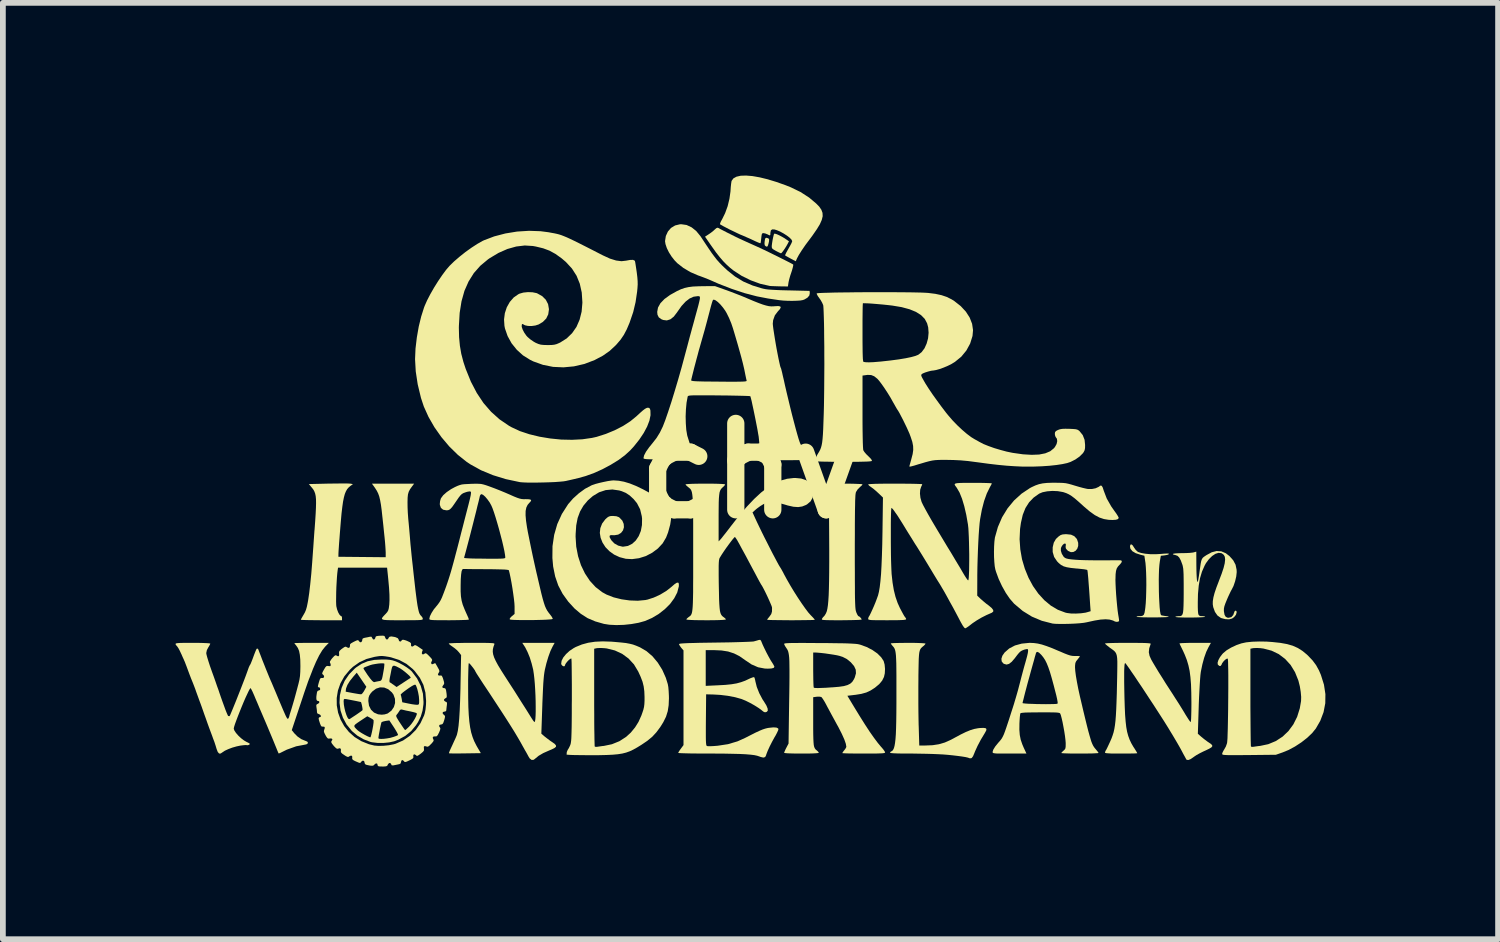
<source format=kicad_pcb>
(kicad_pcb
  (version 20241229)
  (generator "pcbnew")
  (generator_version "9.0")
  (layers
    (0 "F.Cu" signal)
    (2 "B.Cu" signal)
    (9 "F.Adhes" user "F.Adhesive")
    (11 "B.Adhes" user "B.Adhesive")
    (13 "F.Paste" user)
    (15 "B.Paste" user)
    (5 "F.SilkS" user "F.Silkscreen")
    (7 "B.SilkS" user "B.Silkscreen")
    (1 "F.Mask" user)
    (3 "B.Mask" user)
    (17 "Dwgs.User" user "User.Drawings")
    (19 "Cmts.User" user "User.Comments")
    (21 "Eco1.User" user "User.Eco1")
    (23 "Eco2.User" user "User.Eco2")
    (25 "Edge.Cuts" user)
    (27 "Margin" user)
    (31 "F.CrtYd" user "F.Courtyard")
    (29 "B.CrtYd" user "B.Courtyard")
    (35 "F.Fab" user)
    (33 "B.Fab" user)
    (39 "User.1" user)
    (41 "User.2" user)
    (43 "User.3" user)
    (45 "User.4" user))
  (footprint "chv"
    (layer "F.Cu")
    (at 9.983 5.128)
    (property "Reference" "chv" (at 0 0 0) (layer "F.SilkS") (effects (font (size 1.5 1.5) (thickness 0.3))))
    (attr board_only exclude_from_pos_files exclude_from_bom)
    (fp_poly (pts (xy 0.288 -4.046) (xy 0.317 -4.037) (xy 0.33 -4.018) (xy 0.327 -3.983) (xy 0.321 -3.955) (xy 0.309 -3.913) (xy 0.298 -3.895) (xy 0.284 -3.893) (xy 0.266 -3.903) (xy 0.253 -3.918) (xy 0.249 -3.948) (xy 0.252 -3.983) (xy 0.258 -4.024) (xy 0.268 -4.043) (xy 0.283 -4.047)) (stroke (width 0) (type solid)) (fill yes) (layer "F.SilkS"))
    (fp_poly (pts (xy 0.465 -4.108) (xy 0.509 -4.088) (xy 0.558 -4.062) (xy 0.605 -4.034) (xy 0.611 -4.029) (xy 0.674 -3.986) (xy 0.651 -3.941) (xy 0.628 -3.9) (xy 0.6 -3.856) (xy 0.572 -3.816) (xy 0.55 -3.788) (xy 0.536 -3.777) (xy 0.52 -3.783) (xy 0.486 -3.799) (xy 0.449 -3.818) (xy 0.407 -3.842) (xy 0.384 -3.86) (xy 0.376 -3.879) (xy 0.375 -3.907) (xy 0.376 -3.913) (xy 0.381 -3.953) (xy 0.389 -4.004) (xy 0.399 -4.054) (xy 0.409 -4.095) (xy 0.416 -4.117) (xy 0.432 -4.118)) (stroke (width 0) (type solid)) (fill yes) (layer "F.SilkS"))
    (fp_poly (pts (xy -0.549 -4.216) (xy -0.543 -4.213) (xy -0.514 -4.196) (xy -0.465 -4.171) (xy -0.403 -4.139) (xy -0.333 -4.104) (xy -0.261 -4.068) (xy -0.193 -4.035) (xy -0.134 -4.008) (xy -0.119 -4.001) (xy -0.062 -3.975) (xy 0.009 -3.943) (xy 0.083 -3.91) (xy 0.116 -3.895) (xy 0.172 -3.869) (xy 0.241 -3.837) (xy 0.318 -3.8) (xy 0.399 -3.76) (xy 0.481 -3.72) (xy 0.558 -3.681) (xy 0.628 -3.646) (xy 0.685 -3.617) (xy 0.726 -3.595) (xy 0.747 -3.583) (xy 0.748 -3.582) (xy 0.748 -3.565) (xy 0.74 -3.528) (xy 0.726 -3.478) (xy 0.716 -3.448) (xy 0.695 -3.385) (xy 0.678 -3.324) (xy 0.667 -3.276) (xy 0.665 -3.263) (xy 0.656 -3.201) (xy 0.514 -3.203) (xy 0.45 -3.205) (xy 0.393 -3.207) (xy 0.351 -3.209) (xy 0.337 -3.211) (xy 0.174 -3.248) (xy 0.01 -3.308) (xy -0.148 -3.386) (xy -0.292 -3.48) (xy -0.347 -3.524) (xy -0.41 -3.581) (xy -0.469 -3.641) (xy -0.528 -3.71) (xy -0.592 -3.791) (xy -0.663 -3.891) (xy -0.692 -3.932) (xy -0.784 -4.066) (xy -0.726 -4.104) (xy -0.678 -4.137) (xy -0.631 -4.175) (xy -0.62 -4.186) (xy -0.589 -4.213) (xy -0.568 -4.222)) (stroke (width 0) (type solid)) (fill yes) (layer "F.SilkS"))
    (fp_poly (pts (xy -1.104 -4.269) (xy -1.017 -4.228) (xy -0.936 -4.163) (xy -0.863 -4.074) (xy -0.855 -4.062) (xy -0.781 -3.95) (xy -0.719 -3.857) (xy -0.667 -3.781) (xy -0.62 -3.718) (xy -0.578 -3.664) (xy -0.535 -3.616) (xy -0.491 -3.57) (xy -0.442 -3.523) (xy -0.398 -3.482) (xy -0.264 -3.375) (xy -0.119 -3.287) (xy 0.042 -3.218) (xy 0.19 -3.172) (xy 0.229 -3.162) (xy 0.27 -3.154) (xy 0.318 -3.148) (xy 0.375 -3.144) (xy 0.448 -3.14) (xy 0.539 -3.136) (xy 0.654 -3.133) (xy 0.667 -3.133) (xy 1.032 -3.124) (xy 1.036 -3.086) (xy 1.028 -3.044) (xy 0.995 -3.006) (xy 0.943 -2.975) (xy 0.915 -2.965) (xy 0.872 -2.957) (xy 0.808 -2.953) (xy 0.732 -2.951) (xy 0.652 -2.952) (xy 0.574 -2.956) (xy 0.507 -2.963) (xy 0.505 -2.963) (xy 0.452 -2.971) (xy 0.385 -2.981) (xy 0.318 -2.991) (xy 0.316 -2.991) (xy 0.118 -3.029) (xy -0.096 -3.085) (xy -0.319 -3.159) (xy -0.549 -3.248) (xy -0.667 -3.3) (xy -0.725 -3.325) (xy -0.798 -3.354) (xy -0.873 -3.382) (xy -0.905 -3.393) (xy -1.037 -3.45) (xy -1.159 -3.522) (xy -1.264 -3.604) (xy -1.311 -3.652) (xy -1.364 -3.719) (xy -1.411 -3.793) (xy -1.448 -3.868) (xy -1.471 -3.937) (xy -1.479 -3.988) (xy -1.465 -4.078) (xy -1.429 -4.156) (xy -1.375 -4.218) (xy -1.304 -4.261) (xy -1.222 -4.281) (xy -1.194 -4.282)) (stroke (width 0) (type solid)) (fill yes) (layer "F.SilkS"))
    (fp_poly (pts (xy 6.643 1.294) (xy 6.668 1.332) (xy 6.669 1.334) (xy 6.697 1.374) (xy 6.731 1.406) (xy 6.74 1.412) (xy 6.792 1.429) (xy 6.864 1.442) (xy 6.949 1.45) (xy 7.042 1.451) (xy 7.134 1.446) (xy 7.191 1.441) (xy 7.238 1.439) (xy 7.266 1.439) (xy 7.272 1.44) (xy 7.271 1.453) (xy 7.244 1.463) (xy 7.198 1.471) (xy 7.135 1.478) (xy 7.117 1.578) (xy 7.11 1.634) (xy 7.104 1.707) (xy 7.101 1.795) (xy 7.099 1.892) (xy 7.1 1.994) (xy 7.101 2.097) (xy 7.104 2.198) (xy 7.109 2.291) (xy 7.114 2.373) (xy 7.121 2.44) (xy 7.129 2.486) (xy 7.138 2.509) (xy 7.138 2.509) (xy 7.155 2.515) (xy 7.19 2.521) (xy 7.209 2.524) (xy 7.255 2.53) (xy 7.273 2.536) (xy 7.264 2.54) (xy 7.229 2.544) (xy 7.168 2.546) (xy 7.082 2.548) (xy 6.992 2.548) (xy 6.907 2.548) (xy 6.832 2.547) (xy 6.772 2.544) (xy 6.73 2.542) (xy 6.712 2.539) (xy 6.712 2.538) (xy 6.724 2.53) (xy 6.75 2.527) (xy 6.793 2.526) (xy 6.821 2.518) (xy 6.84 2.501) (xy 6.852 2.467) (xy 6.861 2.413) (xy 6.866 2.375) (xy 6.873 2.3) (xy 6.878 2.205) (xy 6.881 2.098) (xy 6.883 1.985) (xy 6.882 1.872) (xy 6.879 1.766) (xy 6.874 1.674) (xy 6.868 1.602) (xy 6.866 1.591) (xy 6.849 1.477) (xy 6.785 1.461) (xy 6.699 1.433) (xy 6.64 1.398) (xy 6.607 1.356) (xy 6.599 1.319) (xy 6.605 1.287) (xy 6.621 1.279)) (stroke (width 0) (type solid)) (fill yes) (layer "F.SilkS"))
    (fp_poly (pts (xy 0.039 -5.119) (xy 0.165 -5.097) (xy 0.304 -5.063) (xy 0.455 -5.017) (xy 0.616 -4.96) (xy 0.708 -4.923) (xy 0.875 -4.842) (xy 1.025 -4.745) (xy 1.146 -4.643) (xy 1.2 -4.588) (xy 1.237 -4.534) (xy 1.257 -4.48) (xy 1.26 -4.422) (xy 1.244 -4.357) (xy 1.211 -4.282) (xy 1.158 -4.195) (xy 1.087 -4.092) (xy 1.048 -4.039) (xy 0.961 -3.923) (xy 0.894 -3.825) (xy 0.845 -3.747) (xy 0.816 -3.693) (xy 0.792 -3.639) (xy 0.703 -3.686) (xy 0.658 -3.711) (xy 0.624 -3.73) (xy 0.608 -3.74) (xy 0.607 -3.741) (xy 0.611 -3.755) (xy 0.626 -3.787) (xy 0.651 -3.832) (xy 0.665 -3.857) (xy 0.694 -3.908) (xy 0.717 -3.952) (xy 0.729 -3.982) (xy 0.73 -3.989) (xy 0.718 -4.015) (xy 0.686 -4.048) (xy 0.638 -4.085) (xy 0.582 -4.121) (xy 0.522 -4.154) (xy 0.463 -4.179) (xy 0.423 -4.191) (xy 0.383 -4.193) (xy 0.36 -4.176) (xy 0.352 -4.137) (xy 0.351 -4.125) (xy 0.35 -4.097) (xy 0.342 -4.088) (xy 0.321 -4.096) (xy 0.3 -4.107) (xy 0.262 -4.122) (xy 0.23 -4.128) (xy 0.213 -4.125) (xy 0.203 -4.111) (xy 0.197 -4.079) (xy 0.193 -4.043) (xy 0.188 -3.997) (xy 0.183 -3.964) (xy 0.179 -3.952) (xy 0.165 -3.955) (xy 0.132 -3.968) (xy 0.085 -3.989) (xy 0.062 -4) (xy -0.002 -4.03) (xy -0.069 -4.059) (xy -0.126 -4.084) (xy -0.133 -4.087) (xy -0.175 -4.104) (xy -0.23 -4.13) (xy -0.292 -4.16) (xy -0.357 -4.191) (xy -0.418 -4.223) (xy -0.47 -4.25) (xy -0.507 -4.271) (xy -0.523 -4.281) (xy -0.522 -4.298) (xy -0.509 -4.33) (xy -0.486 -4.371) (xy -0.435 -4.475) (xy -0.391 -4.596) (xy -0.36 -4.725) (xy -0.342 -4.851) (xy -0.341 -4.865) (xy -0.337 -4.928) (xy -0.331 -4.984) (xy -0.325 -5.024) (xy -0.322 -5.036) (xy -0.291 -5.079) (xy -0.238 -5.108) (xy -0.164 -5.125) (xy -0.071 -5.128)) (stroke (width 0) (type solid)) (fill yes) (layer "F.SilkS"))
    (fp_poly (pts (xy 1.698 0.225) (xy 1.785 0.226) (xy 1.857 0.229) (xy 1.911 0.231) (xy 1.944 0.234) (xy 1.952 0.237) (xy 1.942 0.253) (xy 1.916 0.277) (xy 1.903 0.289) (xy 1.867 0.325) (xy 1.84 0.368) (xy 1.836 0.378) (xy 1.833 0.394) (xy 1.829 0.423) (xy 1.827 0.465) (xy 1.824 0.522) (xy 1.823 0.597) (xy 1.821 0.69) (xy 1.82 0.804) (xy 1.819 0.939) (xy 1.819 1.099) (xy 1.818 1.283) (xy 1.818 1.411) (xy 1.818 1.602) (xy 1.819 1.767) (xy 1.819 1.908) (xy 1.82 2.027) (xy 1.82 2.126) (xy 1.821 2.207) (xy 1.823 2.273) (xy 1.825 2.325) (xy 1.827 2.366) (xy 1.83 2.397) (xy 1.833 2.421) (xy 1.837 2.439) (xy 1.842 2.454) (xy 1.844 2.461) (xy 1.861 2.499) (xy 1.876 2.523) (xy 1.882 2.527) (xy 1.902 2.537) (xy 1.924 2.56) (xy 1.937 2.581) (xy 1.938 2.585) (xy 1.924 2.588) (xy 1.885 2.592) (xy 1.824 2.594) (xy 1.744 2.596) (xy 1.646 2.597) (xy 1.586 2.598) (xy 1.478 2.598) (xy 1.395 2.597) (xy 1.334 2.596) (xy 1.291 2.594) (xy 1.264 2.592) (xy 1.25 2.588) (xy 1.245 2.582) (xy 1.247 2.575) (xy 1.249 2.57) (xy 1.267 2.544) (xy 1.278 2.534) (xy 1.293 2.517) (xy 1.313 2.485) (xy 1.32 2.47) (xy 1.332 2.44) (xy 1.342 2.395) (xy 1.351 2.336) (xy 1.358 2.261) (xy 1.364 2.167) (xy 1.368 2.054) (xy 1.371 1.92) (xy 1.373 1.764) (xy 1.374 1.584) (xy 1.374 1.379) (xy 1.373 1.186) (xy 1.372 1.019) (xy 1.371 0.877) (xy 1.37 0.758) (xy 1.369 0.661) (xy 1.368 0.582) (xy 1.366 0.52) (xy 1.363 0.472) (xy 1.361 0.435) (xy 1.357 0.408) (xy 1.353 0.389) (xy 1.348 0.373) (xy 1.343 0.361) (xy 1.317 0.319) (xy 1.288 0.282) (xy 1.283 0.277) (xy 1.26 0.253) (xy 1.25 0.236) (xy 1.25 0.235) (xy 1.263 0.232) (xy 1.301 0.23) (xy 1.359 0.228) (xy 1.434 0.226) (xy 1.522 0.225) (xy 1.601 0.225)) (stroke (width 0) (type solid)) (fill yes) (layer "F.SilkS"))
    (fp_poly (pts (xy 2.841 2.991) (xy 2.922 2.993) (xy 2.986 2.996) (xy 3.028 2.999) (xy 3.046 3.003) (xy 3.047 3.004) (xy 3.037 3.02) (xy 3.012 3.045) (xy 3.006 3.049) (xy 2.986 3.066) (xy 2.969 3.083) (xy 2.956 3.102) (xy 2.946 3.127) (xy 2.938 3.161) (xy 2.933 3.206) (xy 2.929 3.267) (xy 2.927 3.345) (xy 2.925 3.443) (xy 2.923 3.566) (xy 2.923 3.623) (xy 2.922 3.756) (xy 2.922 3.898) (xy 2.922 4.043) (xy 2.923 4.183) (xy 2.925 4.311) (xy 2.927 4.418) (xy 2.928 4.433) (xy 2.938 4.774) (xy 3.045 4.774) (xy 3.17 4.769) (xy 3.279 4.752) (xy 3.382 4.722) (xy 3.489 4.674) (xy 3.55 4.641) (xy 3.658 4.583) (xy 3.748 4.539) (xy 3.824 4.508) (xy 3.891 4.487) (xy 3.954 4.475) (xy 3.983 4.471) (xy 4.048 4.468) (xy 4.088 4.472) (xy 4.105 4.487) (xy 4.101 4.514) (xy 4.078 4.556) (xy 4.072 4.566) (xy 4.007 4.674) (xy 3.951 4.78) (xy 3.907 4.876) (xy 3.895 4.907) (xy 3.872 4.961) (xy 3.85 4.99) (xy 3.838 4.996) (xy 3.812 4.996) (xy 3.803 4.992) (xy 3.784 4.985) (xy 3.741 4.975) (xy 3.679 4.965) (xy 3.604 4.955) (xy 3.52 4.945) (xy 3.432 4.936) (xy 3.344 4.929) (xy 3.339 4.929) (xy 3.264 4.925) (xy 3.167 4.921) (xy 3.058 4.918) (xy 2.942 4.916) (xy 2.827 4.914) (xy 2.781 4.914) (xy 2.656 4.914) (xy 2.559 4.912) (xy 2.488 4.909) (xy 2.445 4.905) (xy 2.429 4.9) (xy 2.429 4.9) (xy 2.44 4.883) (xy 2.451 4.877) (xy 2.469 4.867) (xy 2.484 4.848) (xy 2.497 4.821) (xy 2.508 4.782) (xy 2.517 4.73) (xy 2.525 4.662) (xy 2.531 4.578) (xy 2.535 4.475) (xy 2.538 4.351) (xy 2.54 4.204) (xy 2.541 4.033) (xy 2.541 3.86) (xy 2.541 3.696) (xy 2.541 3.558) (xy 2.54 3.443) (xy 2.539 3.349) (xy 2.536 3.273) (xy 2.533 3.213) (xy 2.528 3.167) (xy 2.522 3.131) (xy 2.514 3.104) (xy 2.505 3.083) (xy 2.493 3.065) (xy 2.479 3.049) (xy 2.476 3.046) (xy 2.454 3.019) (xy 2.443 3.002) (xy 2.443 3) (xy 2.456 2.998) (xy 2.494 2.995) (xy 2.551 2.993) (xy 2.625 2.992) (xy 2.71 2.991) (xy 2.745 2.991)) (stroke (width 0) (type solid)) (fill yes) (layer "F.SilkS"))
    (fp_poly (pts (xy 8.973 2.969) (xy 9.07 2.976) (xy 9.211 2.991) (xy 9.328 3.012) (xy 9.428 3.041) (xy 9.515 3.08) (xy 9.594 3.13) (xy 9.671 3.193) (xy 9.692 3.213) (xy 9.771 3.296) (xy 9.832 3.378) (xy 9.882 3.469) (xy 9.916 3.548) (xy 9.969 3.717) (xy 9.994 3.881) (xy 9.992 4.04) (xy 9.962 4.195) (xy 9.905 4.345) (xy 9.828 4.479) (xy 9.763 4.559) (xy 9.678 4.64) (xy 9.577 4.719) (xy 9.467 4.791) (xy 9.354 4.852) (xy 9.251 4.894) (xy 9.134 4.935) (xy 8.667 4.94) (xy 8.54 4.941) (xy 8.438 4.941) (xy 8.359 4.941) (xy 8.299 4.941) (xy 8.257 4.939) (xy 8.228 4.937) (xy 8.211 4.933) (xy 8.203 4.928) (xy 8.2 4.922) (xy 8.2 4.919) (xy 8.208 4.893) (xy 8.227 4.857) (xy 8.237 4.841) (xy 8.264 4.793) (xy 8.283 4.74) (xy 8.286 4.728) (xy 8.289 4.699) (xy 8.293 4.647) (xy 8.295 4.574) (xy 8.298 4.485) (xy 8.3 4.382) (xy 8.302 4.27) (xy 8.304 4.15) (xy 8.305 4.026) (xy 8.306 3.938) (xy 8.691 3.938) (xy 8.691 4.089) (xy 8.692 4.233) (xy 8.693 4.365) (xy 8.694 4.484) (xy 8.695 4.587) (xy 8.696 4.672) (xy 8.698 4.736) (xy 8.699 4.778) (xy 8.701 4.793) (xy 8.701 4.793) (xy 8.721 4.798) (xy 8.747 4.796) (xy 8.781 4.791) (xy 8.83 4.784) (xy 8.86 4.781) (xy 9.002 4.751) (xy 9.132 4.697) (xy 9.249 4.621) (xy 9.351 4.524) (xy 9.436 4.409) (xy 9.503 4.276) (xy 9.549 4.129) (xy 9.571 4.001) (xy 9.573 3.929) (xy 9.565 3.841) (xy 9.55 3.747) (xy 9.528 3.659) (xy 9.524 3.644) (xy 9.466 3.5) (xy 9.389 3.374) (xy 9.294 3.27) (xy 9.183 3.186) (xy 9.057 3.126) (xy 8.919 3.09) (xy 8.867 3.083) (xy 8.812 3.08) (xy 8.762 3.081) (xy 8.737 3.083) (xy 8.691 3.093) (xy 8.691 3.938) (xy 8.306 3.938) (xy 8.306 3.901) (xy 8.307 3.779) (xy 8.307 3.662) (xy 8.307 3.555) (xy 8.306 3.46) (xy 8.304 3.38) (xy 8.303 3.318) (xy 8.3 3.279) (xy 8.297 3.264) (xy 8.278 3.267) (xy 8.25 3.286) (xy 8.222 3.315) (xy 8.199 3.347) (xy 8.191 3.367) (xy 8.175 3.391) (xy 8.151 3.392) (xy 8.126 3.369) (xy 8.125 3.368) (xy 8.121 3.336) (xy 8.134 3.292) (xy 8.162 3.24) (xy 8.203 3.186) (xy 8.22 3.168) (xy 8.279 3.119) (xy 8.358 3.072) (xy 8.45 3.029) (xy 8.534 3) (xy 8.617 2.982) (xy 8.722 2.971) (xy 8.842 2.967)) (stroke (width 0) (type solid)) (fill yes) (layer "F.SilkS"))
    (fp_poly (pts (xy -2.408 2.97) (xy -2.338 2.976) (xy -2.237 2.985) (xy -2.157 2.994) (xy -2.093 3.006) (xy -2.036 3.02) (xy -1.981 3.04) (xy -1.922 3.065) (xy -1.913 3.069) (xy -1.802 3.134) (xy -1.698 3.223) (xy -1.606 3.333) (xy -1.527 3.459) (xy -1.465 3.598) (xy -1.431 3.708) (xy -1.422 3.758) (xy -1.416 3.827) (xy -1.412 3.908) (xy -1.411 3.953) (xy -1.416 4.074) (xy -1.432 4.178) (xy -1.462 4.274) (xy -1.509 4.369) (xy -1.562 4.454) (xy -1.629 4.544) (xy -1.701 4.622) (xy -1.787 4.693) (xy -1.889 4.762) (xy -1.962 4.807) (xy -2.028 4.844) (xy -2.091 4.874) (xy -2.155 4.897) (xy -2.223 4.914) (xy -2.3 4.926) (xy -2.389 4.934) (xy -2.495 4.939) (xy -2.622 4.942) (xy -2.763 4.942) (xy -2.869 4.942) (xy -2.965 4.941) (xy -3.049 4.94) (xy -3.116 4.938) (xy -3.163 4.935) (xy -3.187 4.933) (xy -3.189 4.932) (xy -3.186 4.888) (xy -3.169 4.848) (xy -3.165 4.843) (xy -3.149 4.817) (xy -3.13 4.777) (xy -3.123 4.759) (xy -3.118 4.742) (xy -3.114 4.719) (xy -3.11 4.689) (xy -3.107 4.649) (xy -3.105 4.596) (xy -3.103 4.528) (xy -3.101 4.442) (xy -3.1 4.337) (xy -3.099 4.21) (xy -3.099 4.059) (xy -3.098 3.983) (xy -3.098 3.938) (xy -2.71 3.938) (xy -2.71 4.089) (xy -2.709 4.233) (xy -2.709 4.365) (xy -2.708 4.484) (xy -2.706 4.587) (xy -2.705 4.672) (xy -2.703 4.736) (xy -2.702 4.778) (xy -2.7 4.793) (xy -2.7 4.793) (xy -2.68 4.798) (xy -2.654 4.796) (xy -2.62 4.791) (xy -2.571 4.784) (xy -2.541 4.781) (xy -2.402 4.752) (xy -2.271 4.699) (xy -2.155 4.624) (xy -2.074 4.55) (xy -2 4.46) (xy -1.94 4.364) (xy -1.89 4.253) (xy -1.873 4.205) (xy -1.855 4.151) (xy -1.844 4.104) (xy -1.838 4.056) (xy -1.835 3.997) (xy -1.835 3.931) (xy -1.839 3.832) (xy -1.85 3.747) (xy -1.87 3.666) (xy -1.903 3.58) (xy -1.945 3.488) (xy -2.019 3.365) (xy -2.113 3.263) (xy -2.223 3.182) (xy -2.35 3.123) (xy -2.49 3.088) (xy -2.535 3.083) (xy -2.589 3.08) (xy -2.639 3.081) (xy -2.664 3.083) (xy -2.71 3.093) (xy -2.71 3.938) (xy -3.098 3.938) (xy -3.098 3.844) (xy -3.098 3.714) (xy -3.099 3.595) (xy -3.1 3.49) (xy -3.101 3.402) (xy -3.102 3.333) (xy -3.104 3.286) (xy -3.106 3.264) (xy -3.107 3.262) (xy -3.123 3.267) (xy -3.149 3.287) (xy -3.177 3.316) (xy -3.201 3.346) (xy -3.215 3.371) (xy -3.215 3.376) (xy -3.224 3.396) (xy -3.243 3.398) (xy -3.265 3.386) (xy -3.281 3.364) (xy -3.283 3.353) (xy -3.276 3.302) (xy -3.247 3.245) (xy -3.199 3.186) (xy -3.138 3.13) (xy -3.066 3.082) (xy -3.029 3.062) (xy -2.924 3.019) (xy -2.814 2.989) (xy -2.695 2.971) (xy -2.561 2.965)) (stroke (width 0) (type solid)) (fill yes) (layer "F.SilkS"))
    (fp_poly (pts (xy 8.186 1.401) (xy 8.264 1.434) (xy 8.327 1.483) (xy 8.392 1.556) (xy 8.433 1.633) (xy 8.451 1.719) (xy 8.453 1.762) (xy 8.445 1.837) (xy 8.425 1.922) (xy 8.397 2.004) (xy 8.363 2.071) (xy 8.361 2.073) (xy 8.348 2.098) (xy 8.327 2.142) (xy 8.301 2.198) (xy 8.283 2.24) (xy 8.256 2.306) (xy 8.239 2.355) (xy 8.231 2.394) (xy 8.23 2.429) (xy 8.231 2.445) (xy 8.242 2.504) (xy 8.263 2.539) (xy 8.295 2.554) (xy 8.313 2.555) (xy 8.36 2.543) (xy 8.393 2.507) (xy 8.406 2.47) (xy 8.418 2.44) (xy 8.435 2.43) (xy 8.449 2.44) (xy 8.452 2.461) (xy 8.44 2.503) (xy 8.408 2.543) (xy 8.373 2.568) (xy 8.321 2.582) (xy 8.256 2.579) (xy 8.19 2.562) (xy 8.177 2.557) (xy 8.119 2.516) (xy 8.075 2.453) (xy 8.045 2.37) (xy 8.037 2.32) (xy 8.038 2.266) (xy 8.048 2.202) (xy 8.068 2.125) (xy 8.1 2.03) (xy 8.144 1.915) (xy 8.144 1.914) (xy 8.191 1.791) (xy 8.225 1.689) (xy 8.245 1.608) (xy 8.252 1.545) (xy 8.247 1.497) (xy 8.229 1.462) (xy 8.198 1.438) (xy 8.185 1.432) (xy 8.137 1.427) (xy 8.083 1.444) (xy 8.026 1.482) (xy 7.97 1.537) (xy 7.919 1.606) (xy 7.895 1.65) (xy 7.849 1.755) (xy 7.815 1.87) (xy 7.793 1.998) (xy 7.78 2.144) (xy 7.777 2.28) (xy 7.777 2.369) (xy 7.779 2.433) (xy 7.783 2.477) (xy 7.791 2.505) (xy 7.805 2.519) (xy 7.825 2.526) (xy 7.853 2.527) (xy 7.859 2.527) (xy 7.89 2.53) (xy 7.905 2.538) (xy 7.905 2.539) (xy 7.892 2.542) (xy 7.855 2.545) (xy 7.798 2.548) (xy 7.727 2.55) (xy 7.645 2.551) (xy 7.563 2.551) (xy 7.492 2.549) (xy 7.436 2.547) (xy 7.399 2.543) (xy 7.386 2.54) (xy 7.398 2.532) (xy 7.429 2.528) (xy 7.441 2.527) (xy 7.466 2.527) (xy 7.486 2.522) (xy 7.501 2.511) (xy 7.513 2.491) (xy 7.521 2.459) (xy 7.526 2.411) (xy 7.529 2.346) (xy 7.531 2.26) (xy 7.532 2.15) (xy 7.532 2.085) (xy 7.532 1.967) (xy 7.531 1.873) (xy 7.53 1.8) (xy 7.527 1.744) (xy 7.524 1.701) (xy 7.518 1.668) (xy 7.512 1.64) (xy 7.509 1.632) (xy 7.482 1.559) (xy 7.455 1.509) (xy 7.425 1.479) (xy 7.39 1.466) (xy 7.353 1.457) (xy 7.343 1.448) (xy 7.357 1.441) (xy 7.395 1.436) (xy 7.455 1.433) (xy 7.501 1.432) (xy 7.57 1.431) (xy 7.633 1.428) (xy 7.682 1.423) (xy 7.705 1.419) (xy 7.751 1.406) (xy 7.752 1.633) (xy 7.753 1.714) (xy 7.755 1.787) (xy 7.758 1.848) (xy 7.761 1.889) (xy 7.763 1.903) (xy 7.77 1.931) (xy 7.775 1.933) (xy 7.782 1.911) (xy 7.782 1.91) (xy 7.788 1.88) (xy 7.796 1.831) (xy 7.805 1.772) (xy 7.807 1.755) (xy 7.819 1.671) (xy 7.828 1.61) (xy 7.837 1.567) (xy 7.848 1.537) (xy 7.862 1.515) (xy 7.882 1.497) (xy 7.91 1.478) (xy 7.928 1.466) (xy 8.019 1.417) (xy 8.104 1.395)) (stroke (width 0) (type solid)) (fill yes) (layer "F.SilkS"))
    (fp_poly (pts (xy -2.285 0.174) (xy -2.192 0.191) (xy -2.092 0.221) (xy -1.982 0.265) (xy -1.858 0.325) (xy -1.727 0.396) (xy -1.667 0.429) (xy -1.623 0.45) (xy -1.588 0.463) (xy -1.553 0.469) (xy -1.51 0.47) (xy -1.489 0.47) (xy -1.384 0.47) (xy -1.374 0.527) (xy -1.362 0.653) (xy -1.367 0.792) (xy -1.389 0.935) (xy -1.426 1.072) (xy -1.461 1.162) (xy -1.521 1.263) (xy -1.603 1.351) (xy -1.702 1.425) (xy -1.813 1.483) (xy -1.931 1.52) (xy -2.052 1.536) (xy -2.16 1.53) (xy -2.268 1.502) (xy -2.364 1.457) (xy -2.446 1.398) (xy -2.514 1.328) (xy -2.565 1.249) (xy -2.598 1.166) (xy -2.612 1.081) (xy -2.603 0.997) (xy -2.572 0.918) (xy -2.518 0.846) (xy -2.482 0.813) (xy -2.453 0.795) (xy -2.421 0.787) (xy -2.382 0.786) (xy -2.324 0.791) (xy -2.283 0.806) (xy -2.269 0.816) (xy -2.221 0.867) (xy -2.197 0.924) (xy -2.193 0.982) (xy -2.209 1.036) (xy -2.243 1.08) (xy -2.293 1.11) (xy -2.358 1.121) (xy -2.382 1.12) (xy -2.424 1.119) (xy -2.443 1.132) (xy -2.44 1.159) (xy -2.415 1.203) (xy -2.411 1.209) (xy -2.36 1.263) (xy -2.293 1.301) (xy -2.221 1.319) (xy -2.207 1.32) (xy -2.124 1.307) (xy -2.05 1.27) (xy -1.987 1.212) (xy -1.936 1.136) (xy -1.899 1.046) (xy -1.88 0.944) (xy -1.878 0.833) (xy -1.883 0.79) (xy -1.912 0.67) (xy -1.966 0.565) (xy -2.025 0.493) (xy -2.093 0.43) (xy -2.159 0.386) (xy -2.231 0.356) (xy -2.275 0.343) (xy -2.394 0.326) (xy -2.511 0.337) (xy -2.625 0.375) (xy -2.733 0.44) (xy -2.82 0.516) (xy -2.897 0.608) (xy -2.955 0.708) (xy -2.997 0.821) (xy -3.022 0.95) (xy -3.032 1.1) (xy -3.033 1.145) (xy -3.022 1.319) (xy -2.99 1.485) (xy -2.939 1.642) (xy -2.87 1.785) (xy -2.785 1.913) (xy -2.685 2.022) (xy -2.571 2.11) (xy -2.495 2.152) (xy -2.372 2.2) (xy -2.235 2.234) (xy -2.092 2.254) (xy -1.952 2.259) (xy -1.822 2.247) (xy -1.783 2.239) (xy -1.675 2.204) (xy -1.562 2.152) (xy -1.456 2.088) (xy -1.367 2.018) (xy -1.366 2.017) (xy -1.312 1.97) (xy -1.274 1.946) (xy -1.25 1.944) (xy -1.239 1.964) (xy -1.239 2.007) (xy -1.241 2.016) (xy -1.267 2.116) (xy -1.319 2.216) (xy -1.391 2.314) (xy -1.482 2.405) (xy -1.588 2.488) (xy -1.705 2.558) (xy -1.83 2.612) (xy -1.831 2.612) (xy -1.939 2.642) (xy -2.063 2.664) (xy -2.194 2.678) (xy -2.325 2.682) (xy -2.446 2.676) (xy -2.541 2.661) (xy -2.691 2.618) (xy -2.823 2.562) (xy -2.941 2.487) (xy -3.053 2.392) (xy -3.16 2.275) (xy -3.258 2.139) (xy -3.334 1.994) (xy -3.388 1.837) (xy -3.423 1.664) (xy -3.436 1.516) (xy -3.434 1.311) (xy -3.405 1.114) (xy -3.351 0.927) (xy -3.271 0.751) (xy -3.166 0.587) (xy -3.163 0.582) (xy -3.077 0.483) (xy -2.976 0.392) (xy -2.869 0.314) (xy -2.762 0.257) (xy -2.741 0.248) (xy -2.688 0.23) (xy -2.62 0.212) (xy -2.545 0.195) (xy -2.472 0.18) (xy -2.41 0.171) (xy -2.375 0.168)) (stroke (width 0) (type solid)) (fill yes) (layer "F.SilkS"))
    (fp_poly (pts (xy 0.189 2.954) (xy 0.198 2.976) (xy 0.218 3.024) (xy 0.248 3.088) (xy 0.283 3.159) (xy 0.32 3.229) (xy 0.354 3.29) (xy 0.378 3.328) (xy 0.402 3.366) (xy 0.418 3.397) (xy 0.421 3.408) (xy 0.408 3.426) (xy 0.369 3.436) (xy 0.307 3.439) (xy 0.254 3.437) (xy 0.138 3.415) (xy 0.023 3.365) (xy -0.087 3.291) (xy -0.184 3.223) (xy -0.281 3.174) (xy -0.383 3.141) (xy -0.497 3.123) (xy -0.631 3.117) (xy -0.634 3.117) (xy -0.772 3.117) (xy -0.772 3.428) (xy -0.772 3.738) (xy -0.558 3.728) (xy -0.43 3.721) (xy -0.324 3.71) (xy -0.235 3.695) (xy -0.158 3.674) (xy -0.086 3.648) (xy -0.046 3.629) (xy 0.003 3.606) (xy 0.043 3.591) (xy 0.066 3.586) (xy 0.069 3.586) (xy 0.078 3.604) (xy 0.087 3.639) (xy 0.09 3.656) (xy 0.115 3.757) (xy 0.158 3.865) (xy 0.215 3.973) (xy 0.238 4.007) (xy 0.282 4.079) (xy 0.304 4.133) (xy 0.306 4.17) (xy 0.287 4.19) (xy 0.261 4.197) (xy 0.24 4.192) (xy 0.212 4.172) (xy 0.205 4.165) (xy 0.151 4.125) (xy 0.08 4.08) (xy 0.000468 4.035) (xy -0.078 3.996) (xy -0.146 3.968) (xy -0.155 3.965) (xy -0.262 3.935) (xy -0.387 3.911) (xy -0.518 3.895) (xy -0.639 3.888) (xy -0.765 3.885) (xy -0.769 4.33) (xy -0.77 4.454) (xy -0.77 4.553) (xy -0.77 4.629) (xy -0.769 4.687) (xy -0.767 4.727) (xy -0.764 4.755) (xy -0.76 4.771) (xy -0.755 4.78) (xy -0.749 4.784) (xy -0.726 4.786) (xy -0.682 4.786) (xy -0.623 4.783) (xy -0.563 4.778) (xy -0.385 4.751) (xy -0.22 4.702) (xy -0.091 4.644) (xy 0.013 4.591) (xy 0.096 4.549) (xy 0.163 4.518) (xy 0.216 4.496) (xy 0.261 4.481) (xy 0.301 4.471) (xy 0.326 4.467) (xy 0.404 4.459) (xy 0.458 4.463) (xy 0.486 4.477) (xy 0.491 4.491) (xy 0.485 4.513) (xy 0.467 4.552) (xy 0.441 4.602) (xy 0.426 4.626) (xy 0.379 4.712) (xy 0.337 4.795) (xy 0.304 4.868) (xy 0.281 4.927) (xy 0.276 4.946) (xy 0.26 4.975) (xy 0.229 4.984) (xy 0.182 4.973) (xy 0.158 4.964) (xy 0.122 4.952) (xy 0.071 4.941) (xy 0.005 4.933) (xy -0.08 4.926) (xy -0.184 4.921) (xy -0.309 4.918) (xy -0.459 4.915) (xy -0.633 4.914) (xy -0.701 4.914) (xy -0.822 4.914) (xy -0.934 4.913) (xy -1.034 4.912) (xy -1.118 4.91) (xy -1.184 4.908) (xy -1.228 4.906) (xy -1.249 4.903) (xy -1.25 4.902) (xy -1.242 4.885) (xy -1.222 4.854) (xy -1.204 4.829) (xy -1.158 4.767) (xy -1.158 3.945) (xy -1.158 3.122) (xy -1.197 3.077) (xy -1.221 3.044) (xy -1.235 3.018) (xy -1.236 3.013) (xy -1.23 3.008) (xy -1.213 3.004) (xy -1.182 3.001) (xy -1.134 2.998) (xy -1.069 2.995) (xy -0.983 2.993) (xy -0.875 2.99) (xy -0.743 2.988) (xy -0.607 2.986) (xy -0.475 2.984) (xy -0.351 2.982) (xy -0.236 2.979) (xy -0.135 2.976) (xy -0.051 2.973) (xy 0.014 2.97) (xy 0.056 2.967) (xy 0.07 2.964) (xy 0.113 2.952) (xy 0.15 2.941) (xy 0.151 2.941) (xy 0.174 2.938)) (stroke (width 0) (type solid)) (fill yes) (layer "F.SilkS"))
    (fp_poly (pts (xy -3.433 3.056) (xy -3.47 3.133) (xy -3.506 3.232) (xy -3.54 3.346) (xy -3.567 3.458) (xy -3.575 3.503) (xy -3.582 3.554) (xy -3.588 3.617) (xy -3.594 3.693) (xy -3.599 3.787) (xy -3.604 3.901) (xy -3.61 4.04) (xy -3.611 4.078) (xy -3.628 4.568) (xy -3.573 4.616) (xy -3.528 4.651) (xy -3.475 4.691) (xy -3.444 4.712) (xy -3.397 4.745) (xy -3.374 4.772) (xy -3.373 4.795) (xy -3.398 4.817) (xy -3.448 4.842) (xy -3.489 4.859) (xy -3.595 4.906) (xy -3.675 4.953) (xy -3.721 4.991) (xy -3.76 5.022) (xy -3.796 5.025) (xy -3.829 5) (xy -3.85 4.967) (xy -3.872 4.926) (xy -3.891 4.892) (xy -3.896 4.883) (xy -3.911 4.858) (xy -3.933 4.818) (xy -3.949 4.79) (xy -3.992 4.712) (xy -4.041 4.628) (xy -4.097 4.534) (xy -4.162 4.43) (xy -4.237 4.312) (xy -4.323 4.179) (xy -4.422 4.028) (xy -4.534 3.857) (xy -4.588 3.776) (xy -4.64 3.698) (xy -4.686 3.627) (xy -4.725 3.567) (xy -4.754 3.522) (xy -4.77 3.494) (xy -4.774 3.487) (xy -4.782 3.47) (xy -4.802 3.44) (xy -4.829 3.405) (xy -4.856 3.371) (xy -4.878 3.348) (xy -4.887 3.342) (xy -4.891 3.355) (xy -4.894 3.394) (xy -4.896 3.456) (xy -4.898 3.537) (xy -4.9 3.636) (xy -4.9 3.748) (xy -4.9 3.769) (xy -4.899 3.951) (xy -4.896 4.107) (xy -4.889 4.242) (xy -4.879 4.358) (xy -4.865 4.459) (xy -4.847 4.547) (xy -4.823 4.626) (xy -4.795 4.698) (xy -4.76 4.768) (xy -4.741 4.802) (xy -4.679 4.907) (xy -4.953 4.911) (xy -5.038 4.912) (xy -5.113 4.912) (xy -5.173 4.912) (xy -5.215 4.911) (xy -5.233 4.909) (xy -5.233 4.909) (xy -5.23 4.894) (xy -5.217 4.86) (xy -5.195 4.812) (xy -5.173 4.765) (xy -5.145 4.703) (xy -5.119 4.647) (xy -5.101 4.604) (xy -5.094 4.584) (xy -5.079 4.52) (xy -5.066 4.429) (xy -5.055 4.309) (xy -5.046 4.162) (xy -5.039 3.987) (xy -5.033 3.784) (xy -5.032 3.711) (xy -5.022 3.203) (xy -5.06 3.154) (xy -5.093 3.118) (xy -5.139 3.08) (xy -5.167 3.06) (xy -5.204 3.034) (xy -5.23 3.012) (xy -5.237 3.002) (xy -5.224 2.999) (xy -5.186 2.997) (xy -5.127 2.994) (xy -5.05 2.993) (xy -4.959 2.991) (xy -4.858 2.991) (xy -4.836 2.991) (xy -4.719 2.991) (xy -4.627 2.991) (xy -4.558 2.992) (xy -4.508 2.994) (xy -4.474 2.996) (xy -4.454 2.999) (xy -4.445 3.004) (xy -4.442 3.01) (xy -4.444 3.015) (xy -4.46 3.06) (xy -4.47 3.103) (xy -4.472 3.146) (xy -4.465 3.192) (xy -4.448 3.245) (xy -4.42 3.306) (xy -4.38 3.38) (xy -4.326 3.469) (xy -4.258 3.576) (xy -4.205 3.658) (xy -4.159 3.729) (xy -4.102 3.817) (xy -4.04 3.915) (xy -3.975 4.018) (xy -3.911 4.118) (xy -3.854 4.209) (xy -3.807 4.284) (xy -3.797 4.3) (xy -3.773 4.337) (xy -3.754 4.361) (xy -3.747 4.367) (xy -3.738 4.353) (xy -3.732 4.316) (xy -3.728 4.258) (xy -3.726 4.184) (xy -3.726 4.098) (xy -3.727 4.003) (xy -3.73 3.903) (xy -3.735 3.802) (xy -3.741 3.705) (xy -3.749 3.614) (xy -3.758 3.535) (xy -3.768 3.469) (xy -3.769 3.46) (xy -3.796 3.351) (xy -3.829 3.244) (xy -3.868 3.149) (xy -3.907 3.072) (xy -3.911 3.065) (xy -3.959 2.991) (xy -3.678 2.991) (xy -3.397 2.991)) (stroke (width 0) (type solid)) (fill yes) (layer "F.SilkS"))
    (fp_poly (pts (xy -6.998 0.222) (xy -6.957 0.224) (xy -6.943 0.225) (xy -6.901 0.233) (xy -6.948 0.267) (xy -6.977 0.292) (xy -7.002 0.321) (xy -7.023 0.358) (xy -7.042 0.404) (xy -7.058 0.463) (xy -7.073 0.537) (xy -7.086 0.629) (xy -7.099 0.74) (xy -7.111 0.873) (xy -7.124 1.032) (xy -7.128 1.081) (xy -7.135 1.175) (xy -7.142 1.263) (xy -7.147 1.339) (xy -7.151 1.399) (xy -7.153 1.437) (xy -7.153 1.446) (xy -7.154 1.495) (xy -6.743 1.499) (xy -6.332 1.503) (xy -6.332 1.422) (xy -6.334 1.378) (xy -6.338 1.314) (xy -6.344 1.237) (xy -6.352 1.156) (xy -6.354 1.137) (xy -6.363 1.051) (xy -6.372 0.962) (xy -6.381 0.879) (xy -6.388 0.814) (xy -6.389 0.807) (xy -6.402 0.686) (xy -6.415 0.589) (xy -6.429 0.511) (xy -6.444 0.448) (xy -6.463 0.395) (xy -6.486 0.349) (xy -6.514 0.305) (xy -6.522 0.293) (xy -6.571 0.225) (xy -6.204 0.225) (xy -5.838 0.225) (xy -5.872 0.27) (xy -5.908 0.32) (xy -5.931 0.363) (xy -5.945 0.41) (xy -5.951 0.466) (xy -5.953 0.542) (xy -5.953 0.553) (xy -5.952 0.636) (xy -5.948 0.728) (xy -5.942 0.813) (xy -5.94 0.838) (xy -5.933 0.91) (xy -5.925 0.997) (xy -5.917 1.088) (xy -5.911 1.158) (xy -5.906 1.222) (xy -5.901 1.281) (xy -5.895 1.339) (xy -5.889 1.401) (xy -5.882 1.473) (xy -5.873 1.558) (xy -5.861 1.662) (xy -5.849 1.776) (xy -5.831 1.936) (xy -5.816 2.07) (xy -5.802 2.181) (xy -5.79 2.272) (xy -5.779 2.344) (xy -5.768 2.4) (xy -5.758 2.443) (xy -5.748 2.475) (xy -5.736 2.498) (xy -5.724 2.515) (xy -5.714 2.524) (xy -5.693 2.552) (xy -5.687 2.573) (xy -5.688 2.58) (xy -5.695 2.586) (xy -5.711 2.591) (xy -5.738 2.594) (xy -5.78 2.596) (xy -5.841 2.597) (xy -5.922 2.597) (xy -6.028 2.598) (xy -6.046 2.598) (xy -6.161 2.598) (xy -6.251 2.597) (xy -6.317 2.595) (xy -6.362 2.591) (xy -6.388 2.583) (xy -6.398 2.572) (xy -6.393 2.555) (xy -6.376 2.533) (xy -6.349 2.504) (xy -6.334 2.489) (xy -6.305 2.456) (xy -6.288 2.426) (xy -6.278 2.389) (xy -6.271 2.335) (xy -6.27 2.331) (xy -6.266 2.25) (xy -6.267 2.152) (xy -6.274 2.032) (xy -6.287 1.889) (xy -6.293 1.829) (xy -6.308 1.685) (xy -6.734 1.685) (xy -7.16 1.685) (xy -7.167 1.731) (xy -7.173 1.78) (xy -7.179 1.85) (xy -7.184 1.932) (xy -7.189 2.022) (xy -7.192 2.113) (xy -7.193 2.198) (xy -7.194 2.272) (xy -7.192 2.329) (xy -7.19 2.354) (xy -7.177 2.409) (xy -7.158 2.46) (xy -7.135 2.501) (xy -7.112 2.524) (xy -7.102 2.527) (xy -7.093 2.539) (xy -7.091 2.562) (xy -7.091 2.598) (xy -7.449 2.598) (xy -7.546 2.597) (xy -7.633 2.596) (xy -7.706 2.595) (xy -7.762 2.593) (xy -7.797 2.591) (xy -7.807 2.589) (xy -7.8 2.574) (xy -7.782 2.542) (xy -7.758 2.501) (xy -7.735 2.46) (xy -7.717 2.417) (xy -7.702 2.365) (xy -7.688 2.297) (xy -7.68 2.254) (xy -7.661 2.126) (xy -7.643 1.972) (xy -7.625 1.793) (xy -7.609 1.592) (xy -7.597 1.425) (xy -7.59 1.33) (xy -7.583 1.227) (xy -7.576 1.127) (xy -7.57 1.041) (xy -7.568 1.025) (xy -7.557 0.875) (xy -7.549 0.75) (xy -7.544 0.647) (xy -7.542 0.563) (xy -7.543 0.496) (xy -7.548 0.442) (xy -7.557 0.399) (xy -7.57 0.363) (xy -7.586 0.332) (xy -7.607 0.304) (xy -7.612 0.298) (xy -7.667 0.232) (xy -7.326 0.224) (xy -7.229 0.223) (xy -7.139 0.222) (xy -7.06 0.222)) (stroke (width 0) (type solid)) (fill yes) (layer "F.SilkS"))
    (fp_poly (pts (xy 1.014 2.993) (xy 1.156 2.994) (xy 1.211 2.994) (xy 1.363 2.995) (xy 1.49 2.997) (xy 1.595 2.998) (xy 1.679 3) (xy 1.746 3.003) (xy 1.799 3.006) (xy 1.84 3.009) (xy 1.872 3.013) (xy 1.898 3.019) (xy 1.914 3.023) (xy 2.024 3.063) (xy 2.124 3.115) (xy 2.21 3.175) (xy 2.276 3.241) (xy 2.319 3.306) (xy 2.336 3.368) (xy 2.343 3.444) (xy 2.339 3.521) (xy 2.325 3.583) (xy 2.293 3.647) (xy 2.243 3.707) (xy 2.17 3.768) (xy 2.166 3.771) (xy 2.093 3.818) (xy 2.018 3.853) (xy 1.932 3.877) (xy 1.827 3.894) (xy 1.824 3.894) (xy 1.689 3.91) (xy 1.796 4.088) (xy 1.901 4.26) (xy 1.994 4.408) (xy 2.077 4.535) (xy 2.151 4.64) (xy 2.216 4.727) (xy 2.274 4.797) (xy 2.281 4.804) (xy 2.313 4.842) (xy 2.336 4.875) (xy 2.345 4.894) (xy 2.341 4.9) (xy 2.328 4.905) (xy 2.302 4.909) (xy 2.261 4.911) (xy 2.201 4.913) (xy 2.12 4.914) (xy 2.015 4.914) (xy 1.973 4.914) (xy 1.874 4.914) (xy 1.785 4.913) (xy 1.709 4.912) (xy 1.651 4.91) (xy 1.614 4.908) (xy 1.601 4.906) (xy 1.609 4.891) (xy 1.629 4.863) (xy 1.636 4.856) (xy 1.658 4.825) (xy 1.67 4.801) (xy 1.671 4.797) (xy 1.662 4.744) (xy 1.636 4.669) (xy 1.593 4.573) (xy 1.534 4.457) (xy 1.505 4.405) (xy 1.46 4.322) (xy 1.414 4.238) (xy 1.372 4.16) (xy 1.337 4.095) (xy 1.319 4.06) (xy 1.29 4.008) (xy 1.263 3.965) (xy 1.242 3.937) (xy 1.235 3.931) (xy 1.208 3.926) (xy 1.167 3.926) (xy 1.154 3.927) (xy 1.095 3.935) (xy 1.095 4.355) (xy 1.095 4.481) (xy 1.096 4.581) (xy 1.098 4.66) (xy 1.101 4.72) (xy 1.105 4.765) (xy 1.112 4.797) (xy 1.122 4.821) (xy 1.134 4.839) (xy 1.15 4.854) (xy 1.161 4.862) (xy 1.184 4.885) (xy 1.193 4.901) (xy 1.18 4.905) (xy 1.142 4.909) (xy 1.082 4.912) (xy 1.003 4.914) (xy 0.91 4.914) (xy 0.892 4.914) (xy 0.799 4.914) (xy 0.719 4.912) (xy 0.655 4.91) (xy 0.611 4.906) (xy 0.591 4.903) (xy 0.59 4.902) (xy 0.596 4.883) (xy 0.611 4.848) (xy 0.628 4.814) (xy 0.667 4.74) (xy 0.677 4.037) (xy 0.68 3.858) (xy 0.682 3.705) (xy 0.683 3.576) (xy 0.683 3.467) (xy 0.682 3.378) (xy 0.681 3.306) (xy 0.678 3.248) (xy 0.673 3.202) (xy 0.667 3.167) (xy 0.665 3.159) (xy 1.095 3.159) (xy 1.095 3.459) (xy 1.096 3.548) (xy 1.097 3.627) (xy 1.099 3.693) (xy 1.101 3.74) (xy 1.104 3.765) (xy 1.105 3.768) (xy 1.116 3.773) (xy 1.139 3.775) (xy 1.178 3.776) (xy 1.234 3.774) (xy 1.313 3.771) (xy 1.415 3.764) (xy 1.436 3.763) (xy 1.543 3.754) (xy 1.627 3.742) (xy 1.691 3.724) (xy 1.739 3.7) (xy 1.775 3.667) (xy 1.803 3.623) (xy 1.818 3.591) (xy 1.838 3.52) (xy 1.834 3.456) (xy 1.805 3.394) (xy 1.751 3.331) (xy 1.746 3.326) (xy 1.68 3.272) (xy 1.608 3.235) (xy 1.552 3.217) (xy 1.51 3.207) (xy 1.448 3.196) (xy 1.375 3.185) (xy 1.3 3.174) (xy 1.229 3.166) (xy 1.171 3.161) (xy 1.142 3.159) (xy 1.095 3.159) (xy 0.665 3.159) (xy 0.66 3.139) (xy 0.651 3.117) (xy 0.64 3.097) (xy 0.63 3.083) (xy 0.606 3.046) (xy 0.592 3.017) (xy 0.59 3.008) (xy 0.594 3.004) (xy 0.607 3) (xy 0.633 2.997) (xy 0.672 2.995) (xy 0.727 2.993) (xy 0.801 2.993) (xy 0.896 2.992)) (stroke (width 0) (type solid)) (fill yes) (layer "F.SilkS"))
    (fp_poly (pts (xy 7.964 3.064) (xy 7.924 3.147) (xy 7.887 3.251) (xy 7.856 3.366) (xy 7.831 3.487) (xy 7.829 3.499) (xy 7.823 3.547) (xy 7.817 3.62) (xy 7.811 3.712) (xy 7.805 3.819) (xy 7.799 3.937) (xy 7.794 4.061) (xy 7.793 4.1) (xy 7.778 4.57) (xy 7.838 4.623) (xy 7.887 4.663) (xy 7.943 4.705) (xy 7.965 4.72) (xy 8.004 4.746) (xy 8.026 4.768) (xy 8.029 4.787) (xy 8.013 4.807) (xy 7.975 4.83) (xy 7.913 4.86) (xy 7.871 4.879) (xy 7.811 4.909) (xy 7.752 4.942) (xy 7.706 4.973) (xy 7.7 4.978) (xy 7.653 5.01) (xy 7.613 5.026) (xy 7.585 5.023) (xy 7.578 5.016) (xy 7.569 5) (xy 7.55 4.965) (xy 7.524 4.918) (xy 7.511 4.893) (xy 7.484 4.842) (xy 7.456 4.792) (xy 7.425 4.738) (xy 7.388 4.675) (xy 7.343 4.599) (xy 7.285 4.504) (xy 7.279 4.493) (xy 7.24 4.43) (xy 7.192 4.353) (xy 7.136 4.266) (xy 7.074 4.17) (xy 7.009 4.069) (xy 6.94 3.965) (xy 6.872 3.861) (xy 6.805 3.759) (xy 6.74 3.663) (xy 6.681 3.574) (xy 6.627 3.496) (xy 6.583 3.431) (xy 6.548 3.382) (xy 6.525 3.351) (xy 6.516 3.342) (xy 6.509 3.349) (xy 6.504 3.373) (xy 6.501 3.416) (xy 6.498 3.478) (xy 6.498 3.561) (xy 6.498 3.668) (xy 6.5 3.799) (xy 6.503 3.945) (xy 6.508 4.106) (xy 6.514 4.241) (xy 6.523 4.356) (xy 6.534 4.453) (xy 6.549 4.536) (xy 6.569 4.609) (xy 6.593 4.674) (xy 6.623 4.737) (xy 6.659 4.799) (xy 6.67 4.815) (xy 6.697 4.858) (xy 6.717 4.891) (xy 6.725 4.907) (xy 6.726 4.908) (xy 6.712 4.91) (xy 6.675 4.912) (xy 6.618 4.913) (xy 6.546 4.914) (xy 6.462 4.914) (xy 6.445 4.914) (xy 6.345 4.914) (xy 6.271 4.913) (xy 6.219 4.91) (xy 6.185 4.907) (xy 6.168 4.902) (xy 6.164 4.896) (xy 6.173 4.869) (xy 6.176 4.864) (xy 6.187 4.847) (xy 6.206 4.809) (xy 6.23 4.758) (xy 6.255 4.704) (xy 6.278 4.651) (xy 6.297 4.599) (xy 6.314 4.545) (xy 6.327 4.487) (xy 6.338 4.42) (xy 6.347 4.343) (xy 6.354 4.252) (xy 6.36 4.144) (xy 6.365 4.017) (xy 6.37 3.867) (xy 6.373 3.728) (xy 6.376 3.589) (xy 6.378 3.475) (xy 6.379 3.384) (xy 6.379 3.312) (xy 6.376 3.255) (xy 6.37 3.213) (xy 6.36 3.18) (xy 6.346 3.155) (xy 6.328 3.134) (xy 6.304 3.114) (xy 6.275 3.093) (xy 6.249 3.075) (xy 6.208 3.043) (xy 6.178 3.018) (xy 6.164 3.003) (xy 6.164 3.002) (xy 6.177 2.999) (xy 6.215 2.996) (xy 6.275 2.994) (xy 6.351 2.992) (xy 6.442 2.991) (xy 6.543 2.991) (xy 6.565 2.991) (xy 6.686 2.991) (xy 6.782 2.992) (xy 6.854 2.993) (xy 6.905 2.996) (xy 6.938 2.999) (xy 6.956 3.003) (xy 6.959 3.008) (xy 6.959 3.008) (xy 6.933 3.086) (xy 6.926 3.153) (xy 6.939 3.217) (xy 6.968 3.281) (xy 6.998 3.334) (xy 7.041 3.406) (xy 7.094 3.494) (xy 7.156 3.592) (xy 7.222 3.698) (xy 7.292 3.806) (xy 7.337 3.875) (xy 7.389 3.957) (xy 7.444 4.042) (xy 7.495 4.124) (xy 7.538 4.194) (xy 7.559 4.23) (xy 7.593 4.284) (xy 7.622 4.329) (xy 7.643 4.358) (xy 7.653 4.367) (xy 7.657 4.353) (xy 7.661 4.314) (xy 7.663 4.252) (xy 7.665 4.17) (xy 7.666 4.07) (xy 7.666 4.019) (xy 7.664 3.853) (xy 7.659 3.71) (xy 7.649 3.586) (xy 7.635 3.478) (xy 7.614 3.381) (xy 7.587 3.29) (xy 7.553 3.202) (xy 7.521 3.131) (xy 7.495 3.078) (xy 7.474 3.035) (xy 7.461 3.007) (xy 7.458 3.001) (xy 7.47 2.998) (xy 7.506 2.995) (xy 7.561 2.993) (xy 7.633 2.991) (xy 7.715 2.991) (xy 7.729 2.991) (xy 8.005 2.991)) (stroke (width 0) (type solid)) (fill yes) (layer "F.SilkS"))
    (fp_poly (pts (xy 4.93 2.994) (xy 4.997 3.003) (xy 5.069 3.02) (xy 5.151 3.047) (xy 5.249 3.084) (xy 5.366 3.134) (xy 5.384 3.141) (xy 5.46 3.174) (xy 5.517 3.196) (xy 5.56 3.21) (xy 5.596 3.217) (xy 5.63 3.219) (xy 5.648 3.219) (xy 5.691 3.219) (xy 5.721 3.221) (xy 5.729 3.224) (xy 5.72 3.239) (xy 5.699 3.266) (xy 5.687 3.281) (xy 5.663 3.311) (xy 5.65 3.341) (xy 5.645 3.381) (xy 5.644 3.417) (xy 5.648 3.478) (xy 5.659 3.563) (xy 5.677 3.668) (xy 5.7 3.788) (xy 5.729 3.92) (xy 5.75 4.009) (xy 5.788 4.171) (xy 5.821 4.308) (xy 5.849 4.422) (xy 5.873 4.517) (xy 5.894 4.593) (xy 5.912 4.655) (xy 5.927 4.704) (xy 5.942 4.742) (xy 5.956 4.772) (xy 5.971 4.797) (xy 5.986 4.818) (xy 6.004 4.839) (xy 6.008 4.844) (xy 6.034 4.875) (xy 6.05 4.898) (xy 6.052 4.904) (xy 6.038 4.907) (xy 6.001 4.909) (xy 5.943 4.912) (xy 5.869 4.913) (xy 5.782 4.914) (xy 5.729 4.914) (xy 5.637 4.914) (xy 5.555 4.913) (xy 5.488 4.911) (xy 5.438 4.909) (xy 5.41 4.906) (xy 5.406 4.904) (xy 5.416 4.89) (xy 5.44 4.867) (xy 5.444 4.864) (xy 5.464 4.845) (xy 5.476 4.826) (xy 5.481 4.797) (xy 5.482 4.75) (xy 5.482 4.73) (xy 5.478 4.68) (xy 5.47 4.612) (xy 5.458 4.533) (xy 5.443 4.45) (xy 5.428 4.371) (xy 5.412 4.301) (xy 5.398 4.248) (xy 5.391 4.23) (xy 5.387 4.22) (xy 5.38 4.212) (xy 5.367 4.207) (xy 5.344 4.203) (xy 5.309 4.2) (xy 5.258 4.199) (xy 5.187 4.198) (xy 5.093 4.198) (xy 5.042 4.198) (xy 4.927 4.199) (xy 4.839 4.2) (xy 4.773 4.202) (xy 4.729 4.206) (xy 4.703 4.21) (xy 4.695 4.215) (xy 4.69 4.236) (xy 4.685 4.278) (xy 4.681 4.335) (xy 4.678 4.393) (xy 4.677 4.501) (xy 4.684 4.591) (xy 4.7 4.672) (xy 4.728 4.754) (xy 4.753 4.813) (xy 4.8 4.914) (xy 4.506 4.914) (xy 4.408 4.914) (xy 4.335 4.914) (xy 4.283 4.913) (xy 4.248 4.91) (xy 4.227 4.906) (xy 4.216 4.901) (xy 4.213 4.893) (xy 4.212 4.885) (xy 4.224 4.846) (xy 4.258 4.791) (xy 4.314 4.722) (xy 4.327 4.708) (xy 4.35 4.681) (xy 4.37 4.654) (xy 4.388 4.622) (xy 4.407 4.582) (xy 4.427 4.529) (xy 4.451 4.46) (xy 4.481 4.37) (xy 4.496 4.325) (xy 4.534 4.205) (xy 4.566 4.107) (xy 4.588 4.037) (xy 4.732 4.037) (xy 4.745 4.041) (xy 4.781 4.045) (xy 4.836 4.049) (xy 4.904 4.051) (xy 4.98 4.054) (xy 5.06 4.055) (xy 5.138 4.056) (xy 5.21 4.055) (xy 5.271 4.054) (xy 5.315 4.052) (xy 5.338 4.048) (xy 5.34 4.047) (xy 5.343 4.034) (xy 5.34 4.007) (xy 5.332 3.963) (xy 5.318 3.901) (xy 5.296 3.816) (xy 5.275 3.734) (xy 5.24 3.605) (xy 5.209 3.499) (xy 5.18 3.414) (xy 5.152 3.345) (xy 5.124 3.289) (xy 5.093 3.242) (xy 5.06 3.201) (xy 5.019 3.161) (xy 4.99 3.147) (xy 4.971 3.156) (xy 4.965 3.17) (xy 4.959 3.193) (xy 4.946 3.236) (xy 4.931 3.293) (xy 4.917 3.342) (xy 4.896 3.417) (xy 4.874 3.496) (xy 4.855 3.566) (xy 4.847 3.595) (xy 4.833 3.645) (xy 4.816 3.707) (xy 4.798 3.776) (xy 4.779 3.847) (xy 4.762 3.914) (xy 4.748 3.971) (xy 4.737 4.013) (xy 4.732 4.035) (xy 4.732 4.037) (xy 4.588 4.037) (xy 4.591 4.025) (xy 4.613 3.952) (xy 4.633 3.883) (xy 4.653 3.813) (xy 4.673 3.736) (xy 4.69 3.672) (xy 4.713 3.582) (xy 4.738 3.488) (xy 4.762 3.4) (xy 4.783 3.327) (xy 4.789 3.305) (xy 4.811 3.225) (xy 4.824 3.168) (xy 4.829 3.13) (xy 4.827 3.108) (xy 4.822 3.1) (xy 4.805 3.099) (xy 4.771 3.106) (xy 4.753 3.112) (xy 4.723 3.124) (xy 4.698 3.139) (xy 4.673 3.162) (xy 4.642 3.199) (xy 4.601 3.253) (xy 4.599 3.256) (xy 4.545 3.319) (xy 4.498 3.356) (xy 4.454 3.368) (xy 4.412 3.356) (xy 4.398 3.348) (xy 4.37 3.313) (xy 4.365 3.267) (xy 4.382 3.214) (xy 4.421 3.158) (xy 4.421 3.158) (xy 4.501 3.088) (xy 4.601 3.036) (xy 4.718 3.004) (xy 4.85 2.991) (xy 4.865 2.991)) (stroke (width 0) (type solid)) (fill yes) (layer "F.SilkS"))
    (fp_poly (pts (xy 3.967 0.211) (xy 4.049 0.212) (xy 4.116 0.214) (xy 4.166 0.216) (xy 4.194 0.218) (xy 4.198 0.22) (xy 4.192 0.237) (xy 4.175 0.268) (xy 4.164 0.288) (xy 4.111 0.396) (xy 4.064 0.528) (xy 4.025 0.679) (xy 3.995 0.842) (xy 3.986 0.914) (xy 3.978 1.009) (xy 3.97 1.123) (xy 3.963 1.252) (xy 3.957 1.389) (xy 3.952 1.532) (xy 3.948 1.676) (xy 3.946 1.815) (xy 3.946 1.889) (xy 3.945 2.17) (xy 4.005 2.228) (xy 4.05 2.267) (xy 4.104 2.312) (xy 4.146 2.343) (xy 4.197 2.386) (xy 4.223 2.421) (xy 4.223 2.448) (xy 4.196 2.469) (xy 4.188 2.472) (xy 4.106 2.508) (xy 4.019 2.552) (xy 3.936 2.601) (xy 3.866 2.648) (xy 3.84 2.668) (xy 3.798 2.701) (xy 3.761 2.726) (xy 3.738 2.738) (xy 3.735 2.738) (xy 3.718 2.725) (xy 3.693 2.69) (xy 3.661 2.634) (xy 3.647 2.608) (xy 3.612 2.541) (xy 3.576 2.473) (xy 3.544 2.413) (xy 3.533 2.392) (xy 3.506 2.343) (xy 3.47 2.279) (xy 3.432 2.209) (xy 3.405 2.16) (xy 3.368 2.094) (xy 3.33 2.03) (xy 3.298 1.975) (xy 3.279 1.945) (xy 3.25 1.899) (xy 3.214 1.84) (xy 3.177 1.779) (xy 3.167 1.762) (xy 3.114 1.674) (xy 3.056 1.578) (xy 2.998 1.483) (xy 2.943 1.394) (xy 2.895 1.317) (xy 2.865 1.271) (xy 2.839 1.229) (xy 2.802 1.169) (xy 2.758 1.099) (xy 2.712 1.025) (xy 2.691 0.99) (xy 2.65 0.923) (xy 2.613 0.864) (xy 2.584 0.818) (xy 2.565 0.788) (xy 2.559 0.779) (xy 2.546 0.76) (xy 2.522 0.727) (xy 2.508 0.706) (xy 2.483 0.672) (xy 2.462 0.65) (xy 2.455 0.646) (xy 2.452 0.659) (xy 2.449 0.697) (xy 2.447 0.756) (xy 2.445 0.833) (xy 2.444 0.923) (xy 2.444 1.024) (xy 2.444 1.132) (xy 2.444 1.243) (xy 2.445 1.354) (xy 2.446 1.461) (xy 2.448 1.561) (xy 2.451 1.651) (xy 2.454 1.726) (xy 2.457 1.783) (xy 2.457 1.79) (xy 2.474 1.944) (xy 2.496 2.075) (xy 2.525 2.191) (xy 2.562 2.298) (xy 2.601 2.384) (xy 2.632 2.443) (xy 2.659 2.493) (xy 2.68 2.529) (xy 2.692 2.544) (xy 2.708 2.568) (xy 2.71 2.578) (xy 2.705 2.585) (xy 2.69 2.589) (xy 2.661 2.593) (xy 2.615 2.595) (xy 2.549 2.597) (xy 2.461 2.597) (xy 2.38 2.598) (xy 2.275 2.597) (xy 2.195 2.597) (xy 2.137 2.596) (xy 2.096 2.594) (xy 2.071 2.59) (xy 2.057 2.586) (xy 2.051 2.579) (xy 2.05 2.572) (xy 2.057 2.543) (xy 2.063 2.534) (xy 2.076 2.513) (xy 2.096 2.472) (xy 2.121 2.418) (xy 2.149 2.355) (xy 2.176 2.29) (xy 2.199 2.229) (xy 2.217 2.179) (xy 2.221 2.169) (xy 2.237 2.105) (xy 2.251 2.023) (xy 2.263 1.92) (xy 2.274 1.795) (xy 2.282 1.648) (xy 2.289 1.477) (xy 2.295 1.28) (xy 2.299 1.058) (xy 2.307 0.466) (xy 2.231 0.393) (xy 2.185 0.351) (xy 2.139 0.312) (xy 2.103 0.286) (xy 2.071 0.263) (xy 2.052 0.244) (xy 2.05 0.239) (xy 2.064 0.234) (xy 2.105 0.231) (xy 2.171 0.228) (xy 2.263 0.226) (xy 2.378 0.225) (xy 2.516 0.225) (xy 2.52 0.225) (xy 2.632 0.225) (xy 2.734 0.226) (xy 2.824 0.227) (xy 2.897 0.229) (xy 2.951 0.231) (xy 2.983 0.233) (xy 2.99 0.235) (xy 2.983 0.254) (xy 2.97 0.281) (xy 2.954 0.331) (xy 2.95 0.397) (xy 2.958 0.47) (xy 2.978 0.541) (xy 2.981 0.548) (xy 3.004 0.596) (xy 3.042 0.667) (xy 3.094 0.761) (xy 3.16 0.876) (xy 3.24 1.011) (xy 3.333 1.166) (xy 3.438 1.341) (xy 3.447 1.355) (xy 3.502 1.445) (xy 3.556 1.536) (xy 3.607 1.621) (xy 3.652 1.695) (xy 3.686 1.754) (xy 3.698 1.775) (xy 3.73 1.828) (xy 3.758 1.871) (xy 3.779 1.899) (xy 3.788 1.906) (xy 3.793 1.895) (xy 3.798 1.859) (xy 3.801 1.803) (xy 3.804 1.73) (xy 3.805 1.644) (xy 3.806 1.549) (xy 3.806 1.449) (xy 3.804 1.347) (xy 3.802 1.247) (xy 3.799 1.153) (xy 3.795 1.069) (xy 3.791 0.998) (xy 3.785 0.945) (xy 3.785 0.941) (xy 3.755 0.769) (xy 3.72 0.617) (xy 3.681 0.487) (xy 3.638 0.38) (xy 3.591 0.299) (xy 3.581 0.285) (xy 3.564 0.262) (xy 3.554 0.245) (xy 3.554 0.232) (xy 3.568 0.222) (xy 3.597 0.216) (xy 3.644 0.213) (xy 3.712 0.211) (xy 3.805 0.211) (xy 3.875 0.211)) (stroke (width 0) (type solid)) (fill yes) (layer "F.SilkS"))
    (fp_poly (pts (xy 5.371 0.21) (xy 5.432 0.212) (xy 5.482 0.217) (xy 5.53 0.227) (xy 5.585 0.242) (xy 5.644 0.26) (xy 5.715 0.281) (xy 5.782 0.299) (xy 5.838 0.312) (xy 5.871 0.318) (xy 5.937 0.318) (xy 6.002 0.305) (xy 6.056 0.28) (xy 6.068 0.271) (xy 6.09 0.257) (xy 6.108 0.263) (xy 6.125 0.291) (xy 6.142 0.344) (xy 6.143 0.347) (xy 6.195 0.483) (xy 6.273 0.62) (xy 6.327 0.697) (xy 6.361 0.744) (xy 6.387 0.785) (xy 6.401 0.813) (xy 6.403 0.819) (xy 6.391 0.84) (xy 6.355 0.852) (xy 6.293 0.856) (xy 6.227 0.853) (xy 6.147 0.84) (xy 6.069 0.814) (xy 5.988 0.771) (xy 5.901 0.709) (xy 5.804 0.627) (xy 5.782 0.607) (xy 5.702 0.535) (xy 5.638 0.48) (xy 5.585 0.44) (xy 5.538 0.411) (xy 5.493 0.39) (xy 5.446 0.374) (xy 5.431 0.37) (xy 5.344 0.355) (xy 5.251 0.351) (xy 5.16 0.358) (xy 5.08 0.374) (xy 5.022 0.398) (xy 4.925 0.467) (xy 4.846 0.549) (xy 4.783 0.648) (xy 4.736 0.766) (xy 4.704 0.906) (xy 4.689 1.012) (xy 4.681 1.19) (xy 4.693 1.366) (xy 4.723 1.538) (xy 4.772 1.703) (xy 4.836 1.86) (xy 4.914 2.004) (xy 5.006 2.135) (xy 5.11 2.249) (xy 5.224 2.344) (xy 5.346 2.416) (xy 5.476 2.465) (xy 5.506 2.472) (xy 5.576 2.481) (xy 5.66 2.482) (xy 5.748 2.477) (xy 5.827 2.466) (xy 5.86 2.457) (xy 5.915 2.441) (xy 5.907 2.333) (xy 5.897 2.18) (xy 5.888 2.052) (xy 5.88 1.949) (xy 5.874 1.868) (xy 5.868 1.807) (xy 5.864 1.764) (xy 5.86 1.737) (xy 5.857 1.725) (xy 5.856 1.724) (xy 5.839 1.719) (xy 5.8 1.712) (xy 5.744 1.706) (xy 5.677 1.699) (xy 5.667 1.699) (xy 5.573 1.689) (xy 5.501 1.677) (xy 5.446 1.661) (xy 5.401 1.637) (xy 5.361 1.604) (xy 5.332 1.574) (xy 5.281 1.498) (xy 5.256 1.412) (xy 5.256 1.331) (xy 5.275 1.25) (xy 5.312 1.186) (xy 5.359 1.142) (xy 5.394 1.118) (xy 5.429 1.107) (xy 5.476 1.103) (xy 5.496 1.103) (xy 5.574 1.111) (xy 5.631 1.137) (xy 5.672 1.181) (xy 5.68 1.195) (xy 5.699 1.253) (xy 5.699 1.307) (xy 5.683 1.355) (xy 5.654 1.391) (xy 5.615 1.412) (xy 5.572 1.415) (xy 5.526 1.394) (xy 5.512 1.383) (xy 5.486 1.353) (xy 5.48 1.324) (xy 5.483 1.306) (xy 5.484 1.275) (xy 5.472 1.264) (xy 5.452 1.27) (xy 5.429 1.29) (xy 5.408 1.322) (xy 5.399 1.345) (xy 5.398 1.39) (xy 5.414 1.442) (xy 5.443 1.49) (xy 5.454 1.502) (xy 5.473 1.516) (xy 5.497 1.526) (xy 5.532 1.534) (xy 5.585 1.541) (xy 5.654 1.547) (xy 5.721 1.551) (xy 5.808 1.554) (xy 5.909 1.556) (xy 6.014 1.557) (xy 6.117 1.557) (xy 6.122 1.557) (xy 6.212 1.557) (xy 6.293 1.556) (xy 6.36 1.556) (xy 6.41 1.556) (xy 6.438 1.557) (xy 6.441 1.557) (xy 6.457 1.568) (xy 6.453 1.591) (xy 6.43 1.622) (xy 6.422 1.63) (xy 6.391 1.663) (xy 6.369 1.698) (xy 6.356 1.741) (xy 6.349 1.798) (xy 6.347 1.875) (xy 6.346 1.893) (xy 6.348 1.964) (xy 6.352 2.051) (xy 6.358 2.147) (xy 6.366 2.246) (xy 6.375 2.342) (xy 6.384 2.428) (xy 6.394 2.499) (xy 6.402 2.545) (xy 6.408 2.583) (xy 6.409 2.61) (xy 6.408 2.614) (xy 6.389 2.624) (xy 6.358 2.625) (xy 6.33 2.617) (xy 6.325 2.613) (xy 6.304 2.603) (xy 6.266 2.592) (xy 6.242 2.586) (xy 6.177 2.581) (xy 6.09 2.586) (xy 5.985 2.603) (xy 5.866 2.629) (xy 5.848 2.633) (xy 5.799 2.642) (xy 5.728 2.65) (xy 5.643 2.656) (xy 5.551 2.66) (xy 5.459 2.662) (xy 5.374 2.662) (xy 5.302 2.66) (xy 5.251 2.655) (xy 5.249 2.654) (xy 5.066 2.607) (xy 4.895 2.535) (xy 4.736 2.437) (xy 4.59 2.314) (xy 4.581 2.305) (xy 4.511 2.224) (xy 4.441 2.122) (xy 4.376 2.006) (xy 4.318 1.882) (xy 4.272 1.757) (xy 4.259 1.713) (xy 4.249 1.66) (xy 4.242 1.586) (xy 4.237 1.499) (xy 4.236 1.407) (xy 4.238 1.316) (xy 4.243 1.234) (xy 4.251 1.169) (xy 4.253 1.158) (xy 4.304 0.978) (xy 4.377 0.809) (xy 4.472 0.654) (xy 4.585 0.517) (xy 4.715 0.399) (xy 4.86 0.302) (xy 4.892 0.285) (xy 4.957 0.255) (xy 5.017 0.234) (xy 5.082 0.22) (xy 5.157 0.212) (xy 5.25 0.209) (xy 5.291 0.209)) (stroke (width 0) (type solid)) (fill yes) (layer "F.SilkS"))
    (fp_poly (pts (xy 0.887 0.136) (xy 0.97 0.164) (xy 1.033 0.211) (xy 1.074 0.276) (xy 1.094 0.358) (xy 1.095 0.394) (xy 1.084 0.471) (xy 1.049 0.533) (xy 0.989 0.584) (xy 0.97 0.595) (xy 0.905 0.621) (xy 0.834 0.632) (xy 0.751 0.626) (xy 0.653 0.604) (xy 0.604 0.589) (xy 0.496 0.559) (xy 0.406 0.545) (xy 0.33 0.548) (xy 0.263 0.566) (xy 0.231 0.581) (xy 0.177 0.614) (xy 0.122 0.654) (xy 0.101 0.671) (xy 0.041 0.724) (xy 0.092 0.836) (xy 0.121 0.898) (xy 0.158 0.975) (xy 0.2 1.062) (xy 0.246 1.155) (xy 0.295 1.251) (xy 0.343 1.346) (xy 0.389 1.436) (xy 0.432 1.517) (xy 0.469 1.587) (xy 0.498 1.64) (xy 0.518 1.673) (xy 0.523 1.681) (xy 0.536 1.701) (xy 0.557 1.739) (xy 0.582 1.785) (xy 0.582 1.787) (xy 0.638 1.89) (xy 0.7 1.998) (xy 0.766 2.107) (xy 0.833 2.212) (xy 0.898 2.309) (xy 0.958 2.394) (xy 1.01 2.463) (xy 1.051 2.509) (xy 1.086 2.545) (xy 1.112 2.574) (xy 1.123 2.589) (xy 1.123 2.59) (xy 1.11 2.592) (xy 1.072 2.594) (xy 1.012 2.595) (xy 0.936 2.596) (xy 0.844 2.597) (xy 0.742 2.598) (xy 0.709 2.598) (xy 0.604 2.597) (xy 0.51 2.596) (xy 0.428 2.595) (xy 0.363 2.594) (xy 0.318 2.592) (xy 0.296 2.59) (xy 0.295 2.589) (xy 0.303 2.574) (xy 0.325 2.547) (xy 0.337 2.532) (xy 0.366 2.491) (xy 0.379 2.447) (xy 0.38 2.388) (xy 0.379 2.373) (xy 0.372 2.35) (xy 0.355 2.309) (xy 0.331 2.254) (xy 0.303 2.192) (xy 0.273 2.129) (xy 0.244 2.071) (xy 0.219 2.023) (xy 0.201 1.992) (xy 0.197 1.987) (xy 0.186 1.969) (xy 0.165 1.932) (xy 0.139 1.884) (xy 0.126 1.86) (xy 0.091 1.793) (xy 0.049 1.715) (xy 0.01 1.642) (xy 0.003 1.629) (xy -0.025 1.576) (xy -0.05 1.529) (xy -0.076 1.48) (xy -0.106 1.425) (xy -0.143 1.358) (xy -0.189 1.272) (xy -0.2 1.253) (xy -0.226 1.206) (xy -0.249 1.171) (xy -0.263 1.153) (xy -0.265 1.151) (xy -0.278 1.162) (xy -0.304 1.192) (xy -0.338 1.236) (xy -0.377 1.288) (xy -0.419 1.346) (xy -0.459 1.404) (xy -0.494 1.457) (xy -0.521 1.501) (xy -0.532 1.519) (xy -0.537 1.535) (xy -0.542 1.56) (xy -0.545 1.597) (xy -0.547 1.65) (xy -0.547 1.72) (xy -0.547 1.811) (xy -0.546 1.926) (xy -0.545 1.989) (xy -0.542 2.123) (xy -0.54 2.231) (xy -0.536 2.317) (xy -0.531 2.384) (xy -0.525 2.435) (xy -0.516 2.473) (xy -0.504 2.5) (xy -0.489 2.521) (xy -0.471 2.537) (xy -0.458 2.546) (xy -0.432 2.567) (xy -0.421 2.584) (xy -0.421 2.584) (xy -0.435 2.588) (xy -0.475 2.592) (xy -0.539 2.595) (xy -0.626 2.597) (xy -0.734 2.598) (xy -0.765 2.598) (xy -0.87 2.597) (xy -0.959 2.596) (xy -1.03 2.593) (xy -1.08 2.59) (xy -1.106 2.586) (xy -1.109 2.584) (xy -1.099 2.568) (xy -1.073 2.546) (xy -1.069 2.543) (xy -1.054 2.532) (xy -1.041 2.522) (xy -1.03 2.51) (xy -1.021 2.494) (xy -1.013 2.472) (xy -1.007 2.443) (xy -1.002 2.403) (xy -0.998 2.353) (xy -0.995 2.288) (xy -0.993 2.209) (xy -0.991 2.111) (xy -0.991 1.994) (xy -0.99 1.856) (xy -0.99 1.695) (xy -0.99 1.508) (xy -0.99 1.425) (xy -0.99 1.226) (xy -0.99 1.053) (xy -0.99 0.905) (xy -0.991 0.778) (xy -0.992 0.672) (xy -0.994 0.584) (xy -0.997 0.513) (xy -1.001 0.455) (xy -1.006 0.411) (xy -1.012 0.376) (xy -1.02 0.35) (xy -1.029 0.331) (xy -1.04 0.316) (xy -1.053 0.304) (xy -1.068 0.292) (xy -1.075 0.286) (xy -1.105 0.261) (xy -1.122 0.241) (xy -1.123 0.237) (xy -1.11 0.234) (xy -1.072 0.231) (xy -1.014 0.228) (xy -0.939 0.226) (xy -0.851 0.225) (xy -0.779 0.225) (xy -0.661 0.225) (xy -0.566 0.227) (xy -0.497 0.23) (xy -0.453 0.233) (xy -0.435 0.238) (xy -0.435 0.239) (xy -0.445 0.257) (xy -0.469 0.282) (xy -0.472 0.284) (xy -0.493 0.303) (xy -0.509 0.323) (xy -0.522 0.347) (xy -0.532 0.378) (xy -0.538 0.421) (xy -0.543 0.476) (xy -0.546 0.549) (xy -0.547 0.643) (xy -0.548 0.759) (xy -0.548 0.817) (xy -0.548 1.228) (xy -0.515 1.193) (xy -0.496 1.171) (xy -0.464 1.13) (xy -0.421 1.076) (xy -0.373 1.014) (xy -0.339 0.969) (xy -0.195 0.785) (xy -0.059 0.626) (xy 0.069 0.491) (xy 0.19 0.379) (xy 0.307 0.289) (xy 0.42 0.22) (xy 0.531 0.171) (xy 0.642 0.14) (xy 0.753 0.127) (xy 0.784 0.126)) (stroke (width 0) (type solid)) (fill yes) (layer "F.SilkS"))
    (fp_poly (pts (xy -4.718 0.227) (xy -4.675 0.23) (xy -4.634 0.239) (xy -4.587 0.253) (xy -4.525 0.275) (xy -4.514 0.279) (xy -4.439 0.307) (xy -4.35 0.342) (xy -4.258 0.38) (xy -4.177 0.415) (xy -4.103 0.448) (xy -4.048 0.47) (xy -4.006 0.484) (xy -3.97 0.492) (xy -3.935 0.495) (xy -3.9 0.494) (xy -3.842 0.496) (xy -3.811 0.504) (xy -3.805 0.52) (xy -3.822 0.544) (xy -3.835 0.556) (xy -3.867 0.594) (xy -3.889 0.64) (xy -3.901 0.699) (xy -3.902 0.774) (xy -3.894 0.868) (xy -3.877 0.984) (xy -3.875 0.994) (xy -3.863 1.062) (xy -3.845 1.151) (xy -3.824 1.255) (xy -3.801 1.367) (xy -3.777 1.481) (xy -3.753 1.591) (xy -3.731 1.69) (xy -3.721 1.734) (xy -3.712 1.774) (xy -3.698 1.832) (xy -3.684 1.894) (xy -3.68 1.91) (xy -3.65 2.039) (xy -3.625 2.144) (xy -3.603 2.229) (xy -3.583 2.297) (xy -3.565 2.351) (xy -3.546 2.394) (xy -3.526 2.431) (xy -3.503 2.464) (xy -3.477 2.497) (xy -3.476 2.498) (xy -3.449 2.534) (xy -3.433 2.563) (xy -3.43 2.575) (xy -3.445 2.58) (xy -3.484 2.584) (xy -3.541 2.588) (xy -3.613 2.591) (xy -3.696 2.593) (xy -3.783 2.595) (xy -3.872 2.595) (xy -3.957 2.595) (xy -4.034 2.594) (xy -4.099 2.592) (xy -4.147 2.589) (xy -4.173 2.585) (xy -4.176 2.584) (xy -4.176 2.566) (xy -4.153 2.539) (xy -4.141 2.529) (xy -4.093 2.488) (xy -4.093 2.357) (xy -4.096 2.303) (xy -4.104 2.228) (xy -4.116 2.14) (xy -4.13 2.044) (xy -4.146 1.948) (xy -4.163 1.858) (xy -4.179 1.782) (xy -4.192 1.731) (xy -4.2 1.725) (xy -4.223 1.721) (xy -4.263 1.717) (xy -4.322 1.715) (xy -4.404 1.713) (xy -4.509 1.711) (xy -4.584 1.711) (xy -4.686 1.71) (xy -4.779 1.71) (xy -4.859 1.709) (xy -4.924 1.708) (xy -4.967 1.708) (xy -4.987 1.707) (xy -4.987 1.707) (xy -5.002 1.717) (xy -5.014 1.749) (xy -5.022 1.805) (xy -5.028 1.887) (xy -5.03 1.994) (xy -5.03 2.098) (xy -5.025 2.183) (xy -5.013 2.257) (xy -4.994 2.327) (xy -4.964 2.403) (xy -4.941 2.456) (xy -4.917 2.509) (xy -4.898 2.552) (xy -4.888 2.58) (xy -4.886 2.585) (xy -4.9 2.589) (xy -4.937 2.592) (xy -4.996 2.594) (xy -5.07 2.596) (xy -5.158 2.597) (xy -5.23 2.598) (xy -5.337 2.597) (xy -5.42 2.597) (xy -5.481 2.596) (xy -5.523 2.594) (xy -5.55 2.591) (xy -5.566 2.586) (xy -5.573 2.58) (xy -5.574 2.573) (xy -5.564 2.529) (xy -5.536 2.472) (xy -5.496 2.409) (xy -5.455 2.359) (xy -5.424 2.321) (xy -5.399 2.286) (xy -5.377 2.249) (xy -5.355 2.203) (xy -5.331 2.142) (xy -5.304 2.071) (xy -5.281 2.008) (xy -5.26 1.947) (xy -5.24 1.887) (xy -5.22 1.824) (xy -5.199 1.755) (xy -5.177 1.677) (xy -5.152 1.586) (xy -5.132 1.512) (xy -4.97 1.512) (xy -4.962 1.517) (xy -4.934 1.52) (xy -4.886 1.523) (xy -4.815 1.526) (xy -4.721 1.527) (xy -4.6 1.528) (xy -4.581 1.529) (xy -4.477 1.529) (xy -4.397 1.529) (xy -4.339 1.528) (xy -4.299 1.526) (xy -4.274 1.523) (xy -4.261 1.518) (xy -4.255 1.512) (xy -4.254 1.506) (xy -4.259 1.462) (xy -4.27 1.396) (xy -4.288 1.313) (xy -4.31 1.218) (xy -4.337 1.115) (xy -4.365 1.009) (xy -4.395 0.904) (xy -4.424 0.807) (xy -4.452 0.72) (xy -4.477 0.65) (xy -4.496 0.606) (xy -4.526 0.551) (xy -4.564 0.498) (xy -4.603 0.452) (xy -4.639 0.42) (xy -4.667 0.407) (xy -4.668 0.407) (xy -4.687 0.419) (xy -4.696 0.439) (xy -4.704 0.475) (xy -4.718 0.534) (xy -4.738 0.612) (xy -4.76 0.704) (xy -4.786 0.806) (xy -4.813 0.914) (xy -4.841 1.023) (xy -4.868 1.129) (xy -4.894 1.228) (xy -4.917 1.315) (xy -4.936 1.387) (xy -4.95 1.439) (xy -4.956 1.46) (xy -4.965 1.493) (xy -4.97 1.511) (xy -4.97 1.512) (xy -5.132 1.512) (xy -5.124 1.48) (xy -5.091 1.356) (xy -5.053 1.209) (xy -5.019 1.074) (xy -4.992 0.971) (xy -4.964 0.861) (xy -4.936 0.753) (xy -4.911 0.656) (xy -4.891 0.579) (xy -4.869 0.49) (xy -4.855 0.426) (xy -4.85 0.385) (xy -4.852 0.365) (xy -4.853 0.365) (xy -4.874 0.359) (xy -4.915 0.366) (xy -4.944 0.375) (xy -4.98 0.388) (xy -5.008 0.404) (xy -5.033 0.428) (xy -5.062 0.464) (xy -5.097 0.515) (xy -5.143 0.582) (xy -5.177 0.63) (xy -5.204 0.66) (xy -5.227 0.678) (xy -5.25 0.686) (xy -5.276 0.688) (xy -5.279 0.688) (xy -5.335 0.677) (xy -5.373 0.645) (xy -5.391 0.594) (xy -5.392 0.574) (xy -5.387 0.527) (xy -5.374 0.484) (xy -5.372 0.479) (xy -5.333 0.426) (xy -5.272 0.372) (xy -5.196 0.32) (xy -5.129 0.284) (xy -5.083 0.263) (xy -5.045 0.249) (xy -5.008 0.239) (xy -4.964 0.234) (xy -4.905 0.231) (xy -4.846 0.228) (xy -4.772 0.226)) (stroke (width 0) (type solid)) (fill yes) (layer "F.SilkS"))
    (fp_poly (pts (xy -3.642 -4.161) (xy -3.503 -4.143) (xy -3.451 -4.133) (xy -3.405 -4.125) (xy -3.363 -4.116) (xy -3.323 -4.106) (xy -3.282 -4.093) (xy -3.238 -4.076) (xy -3.187 -4.055) (xy -3.128 -4.028) (xy -3.057 -3.994) (xy -2.972 -3.952) (xy -2.871 -3.901) (xy -2.751 -3.84) (xy -2.609 -3.767) (xy -2.558 -3.741) (xy -2.436 -3.685) (xy -2.329 -3.652) (xy -2.236 -3.64) (xy -2.157 -3.649) (xy -2.086 -3.662) (xy -2.035 -3.663) (xy -2.007 -3.65) (xy -2.002 -3.643) (xy -1.997 -3.621) (xy -1.99 -3.577) (xy -1.981 -3.518) (xy -1.971 -3.45) (xy -1.97 -3.443) (xy -1.96 -3.36) (xy -1.955 -3.294) (xy -1.954 -3.235) (xy -1.958 -3.172) (xy -1.964 -3.111) (xy -1.991 -2.928) (xy -2.032 -2.756) (xy -2.091 -2.583) (xy -2.096 -2.569) (xy -2.144 -2.456) (xy -2.194 -2.361) (xy -2.251 -2.277) (xy -2.321 -2.195) (xy -2.337 -2.178) (xy -2.441 -2.081) (xy -2.558 -1.999) (xy -2.694 -1.927) (xy -2.701 -1.923) (xy -2.879 -1.855) (xy -3.061 -1.813) (xy -3.243 -1.796) (xy -3.424 -1.804) (xy -3.599 -1.839) (xy -3.767 -1.899) (xy -3.824 -1.927) (xy -3.947 -2.004) (xy -4.054 -2.101) (xy -4.145 -2.214) (xy -4.214 -2.339) (xy -4.26 -2.471) (xy -4.269 -2.517) (xy -4.276 -2.628) (xy -4.262 -2.737) (xy -4.228 -2.84) (xy -4.176 -2.932) (xy -4.109 -3.009) (xy -4.029 -3.065) (xy -4.007 -3.076) (xy -3.94 -3.095) (xy -3.861 -3.103) (xy -3.781 -3.1) (xy -3.712 -3.086) (xy -3.699 -3.081) (xy -3.613 -3.033) (xy -3.55 -2.97) (xy -3.511 -2.894) (xy -3.496 -2.808) (xy -3.496 -2.803) (xy -3.508 -2.717) (xy -3.543 -2.644) (xy -3.603 -2.584) (xy -3.675 -2.541) (xy -3.731 -2.523) (xy -3.796 -2.514) (xy -3.858 -2.515) (xy -3.91 -2.526) (xy -3.928 -2.535) (xy -3.952 -2.549) (xy -3.963 -2.546) (xy -3.968 -2.535) (xy -3.969 -2.5) (xy -3.953 -2.453) (xy -3.925 -2.399) (xy -3.888 -2.346) (xy -3.867 -2.323) (xy -3.817 -2.28) (xy -3.758 -2.24) (xy -3.724 -2.221) (xy -3.679 -2.202) (xy -3.637 -2.19) (xy -3.589 -2.185) (xy -3.523 -2.183) (xy -3.517 -2.183) (xy -3.452 -2.184) (xy -3.405 -2.189) (xy -3.365 -2.199) (xy -3.322 -2.217) (xy -3.299 -2.228) (xy -3.188 -2.298) (xy -3.094 -2.389) (xy -3.018 -2.498) (xy -2.963 -2.624) (xy -2.928 -2.764) (xy -2.915 -2.916) (xy -2.915 -2.928) (xy -2.926 -3.096) (xy -2.96 -3.249) (xy -3.016 -3.387) (xy -3.096 -3.512) (xy -3.201 -3.626) (xy -3.276 -3.69) (xy -3.382 -3.766) (xy -3.486 -3.823) (xy -3.596 -3.864) (xy -3.72 -3.894) (xy -3.774 -3.904) (xy -3.916 -3.913) (xy -4.065 -3.895) (xy -4.218 -3.852) (xy -4.372 -3.784) (xy -4.526 -3.692) (xy -4.556 -3.671) (xy -4.689 -3.56) (xy -4.801 -3.433) (xy -4.892 -3.288) (xy -4.964 -3.125) (xy -5.015 -2.943) (xy -5.047 -2.742) (xy -5.06 -2.521) (xy -5.061 -2.485) (xy -5.057 -2.319) (xy -5.043 -2.171) (xy -5.019 -2.031) (xy -4.982 -1.89) (xy -4.942 -1.769) (xy -4.852 -1.547) (xy -4.749 -1.35) (xy -4.633 -1.176) (xy -4.501 -1.024) (xy -4.355 -0.893) (xy -4.192 -0.782) (xy -4.142 -0.754) (xy -4 -0.688) (xy -3.837 -0.634) (xy -3.66 -0.591) (xy -3.473 -0.56) (xy -3.283 -0.541) (xy -3.095 -0.537) (xy -2.915 -0.546) (xy -2.748 -0.57) (xy -2.668 -0.588) (xy -2.508 -0.639) (xy -2.353 -0.703) (xy -2.209 -0.777) (xy -2.082 -0.859) (xy -1.979 -0.943) (xy -1.913 -1.004) (xy -1.864 -1.047) (xy -1.827 -1.075) (xy -1.799 -1.09) (xy -1.778 -1.095) (xy -1.777 -1.095) (xy -1.752 -1.09) (xy -1.739 -1.069) (xy -1.733 -1.046) (xy -1.731 -0.965) (xy -1.75 -0.871) (xy -1.79 -0.767) (xy -1.849 -0.656) (xy -1.926 -0.541) (xy -2.019 -0.424) (xy -2.084 -0.353) (xy -2.177 -0.268) (xy -2.292 -0.183) (xy -2.424 -0.102) (xy -2.566 -0.026) (xy -2.713 0.04) (xy -2.859 0.093) (xy -2.982 0.127) (xy -3.052 0.144) (xy -3.126 0.161) (xy -3.188 0.175) (xy -3.201 0.178) (xy -3.245 0.185) (xy -3.31 0.191) (xy -3.393 0.197) (xy -3.488 0.201) (xy -3.589 0.204) (xy -3.69 0.206) (xy -3.787 0.207) (xy -3.874 0.206) (xy -3.945 0.203) (xy -3.995 0.199) (xy -4.002 0.198) (xy -4.246 0.146) (xy -4.47 0.077) (xy -4.675 -0.008) (xy -4.858 -0.109) (xy -4.923 -0.152) (xy -5.079 -0.276) (xy -5.227 -0.421) (xy -5.363 -0.582) (xy -5.485 -0.755) (xy -5.588 -0.934) (xy -5.67 -1.116) (xy -5.719 -1.264) (xy -5.776 -1.501) (xy -5.81 -1.725) (xy -5.822 -1.937) (xy -5.814 -2.122) (xy -5.791 -2.316) (xy -5.758 -2.504) (xy -5.716 -2.677) (xy -5.667 -2.832) (xy -5.655 -2.864) (xy -5.613 -2.959) (xy -5.557 -3.067) (xy -5.493 -3.179) (xy -5.423 -3.291) (xy -5.352 -3.396) (xy -5.284 -3.488) (xy -5.224 -3.558) (xy -5.144 -3.636) (xy -5.049 -3.718) (xy -4.946 -3.8) (xy -4.841 -3.875) (xy -4.741 -3.94) (xy -4.651 -3.991) (xy -4.626 -4.003) (xy -4.447 -4.071) (xy -4.252 -4.122) (xy -4.049 -4.155) (xy -3.843 -4.168)) (stroke (width 0) (type solid)) (fill yes) (layer "F.SilkS"))
    (fp_poly (pts (xy -9.689 2.991) (xy -9.587 2.991) (xy -9.502 2.993) (xy -9.438 2.996) (xy -9.396 2.999) (xy -9.379 3.004) (xy -9.379 3.004) (xy -9.387 3.023) (xy -9.405 3.055) (xy -9.414 3.069) (xy -9.439 3.117) (xy -9.449 3.164) (xy -9.45 3.168) (xy -9.445 3.196) (xy -9.432 3.245) (xy -9.412 3.31) (xy -9.387 3.388) (xy -9.357 3.473) (xy -9.35 3.493) (xy -9.318 3.581) (xy -9.288 3.666) (xy -9.262 3.742) (xy -9.24 3.802) (xy -9.226 3.843) (xy -9.225 3.847) (xy -9.198 3.926) (xy -9.17 4.005) (xy -9.142 4.082) (xy -9.117 4.151) (xy -9.095 4.206) (xy -9.078 4.245) (xy -9.07 4.261) (xy -9.05 4.265) (xy -9.042 4.26) (xy -9.034 4.244) (xy -9.018 4.206) (xy -8.994 4.149) (xy -8.965 4.078) (xy -8.932 3.997) (xy -8.897 3.908) (xy -8.861 3.817) (xy -8.826 3.727) (xy -8.793 3.642) (xy -8.764 3.565) (xy -8.741 3.502) (xy -8.724 3.455) (xy -8.724 3.454) (xy -8.709 3.413) (xy -8.695 3.383) (xy -8.69 3.376) (xy -8.679 3.356) (xy -8.663 3.317) (xy -8.644 3.268) (xy -8.642 3.263) (xy -8.616 3.192) (xy -8.597 3.144) (xy -8.584 3.113) (xy -8.575 3.096) (xy -8.567 3.09) (xy -8.563 3.089) (xy -8.548 3.1) (xy -8.542 3.114) (xy -8.527 3.154) (xy -8.504 3.213) (xy -8.476 3.287) (xy -8.444 3.367) (xy -8.412 3.448) (xy -8.381 3.524) (xy -8.355 3.588) (xy -8.335 3.634) (xy -8.334 3.637) (xy -8.312 3.686) (xy -8.283 3.755) (xy -8.249 3.835) (xy -8.214 3.919) (xy -8.194 3.967) (xy -8.15 4.071) (xy -8.116 4.152) (xy -8.089 4.213) (xy -8.07 4.256) (xy -8.055 4.285) (xy -8.045 4.301) (xy -8.037 4.309) (xy -8.032 4.311) (xy -8.019 4.299) (xy -8.009 4.272) (xy -7.999 4.233) (xy -7.984 4.186) (xy -7.981 4.177) (xy -7.967 4.131) (xy -7.947 4.064) (xy -7.923 3.982) (xy -7.898 3.891) (xy -7.873 3.798) (xy -7.849 3.708) (xy -7.847 3.7) (xy -7.831 3.632) (xy -7.821 3.567) (xy -7.816 3.494) (xy -7.814 3.405) (xy -7.814 3.391) (xy -7.816 3.282) (xy -7.824 3.197) (xy -7.837 3.131) (xy -7.858 3.08) (xy -7.885 3.04) (xy -7.907 3.013) (xy -7.919 2.997) (xy -7.919 2.996) (xy -7.906 2.994) (xy -7.868 2.993) (xy -7.811 2.992) (xy -7.738 2.991) (xy -7.653 2.991) (xy -7.62 2.991) (xy -7.32 2.991) (xy -7.385 3.058) (xy -7.435 3.121) (xy -7.488 3.209) (xy -7.542 3.319) (xy -7.597 3.447) (xy -7.61 3.482) (xy -7.633 3.541) (xy -7.654 3.595) (xy -7.67 3.634) (xy -7.673 3.644) (xy -7.682 3.667) (xy -7.698 3.714) (xy -7.721 3.78) (xy -7.749 3.861) (xy -7.78 3.955) (xy -7.814 4.057) (xy -7.827 4.096) (xy -7.964 4.507) (xy -7.919 4.563) (xy -7.864 4.618) (xy -7.797 4.664) (xy -7.728 4.693) (xy -7.718 4.696) (xy -7.689 4.711) (xy -7.683 4.732) (xy -7.7 4.75) (xy -7.723 4.757) (xy -7.887 4.788) (xy -8.049 4.846) (xy -8.134 4.888) (xy -8.168 4.905) (xy -8.189 4.912) (xy -8.192 4.912) (xy -8.199 4.898) (xy -8.214 4.863) (xy -8.234 4.813) (xy -8.253 4.767) (xy -8.275 4.713) (xy -8.306 4.638) (xy -8.343 4.55) (xy -8.383 4.454) (xy -8.425 4.355) (xy -8.444 4.311) (xy -8.485 4.215) (xy -8.525 4.122) (xy -8.561 4.036) (xy -8.593 3.962) (xy -8.616 3.906) (xy -8.625 3.886) (xy -8.647 3.836) (xy -8.666 3.799) (xy -8.678 3.779) (xy -8.681 3.777) (xy -8.692 3.79) (xy -8.711 3.824) (xy -8.736 3.877) (xy -8.767 3.943) (xy -8.8 4.019) (xy -8.834 4.101) (xy -8.868 4.185) (xy -8.9 4.266) (xy -8.928 4.34) (xy -8.951 4.403) (xy -8.966 4.451) (xy -8.972 4.48) (xy -8.972 4.482) (xy -8.961 4.514) (xy -8.933 4.556) (xy -8.892 4.603) (xy -8.844 4.648) (xy -8.794 4.686) (xy -8.751 4.711) (xy -8.716 4.728) (xy -8.694 4.743) (xy -8.691 4.747) (xy -8.703 4.76) (xy -8.726 4.769) (xy -8.746 4.768) (xy -8.765 4.766) (xy -8.803 4.769) (xy -8.852 4.775) (xy -8.854 4.775) (xy -8.924 4.79) (xy -8.998 4.811) (xy -9.069 4.838) (xy -9.127 4.865) (xy -9.163 4.889) (xy -9.199 4.913) (xy -9.227 4.913) (xy -9.25 4.886) (xy -9.27 4.834) (xy -9.287 4.777) (xy -9.309 4.71) (xy -9.33 4.655) (xy -9.347 4.607) (xy -9.371 4.543) (xy -9.399 4.468) (xy -9.428 4.388) (xy -9.456 4.308) (xy -9.482 4.236) (xy -9.503 4.176) (xy -9.517 4.136) (xy -9.52 4.128) (xy -9.53 4.099) (xy -9.547 4.052) (xy -9.568 3.996) (xy -9.576 3.974) (xy -9.597 3.916) (xy -9.616 3.864) (xy -9.629 3.828) (xy -9.632 3.819) (xy -9.642 3.79) (xy -9.66 3.743) (xy -9.681 3.689) (xy -9.685 3.679) (xy -9.712 3.613) (xy -9.742 3.535) (xy -9.769 3.462) (xy -9.772 3.454) (xy -9.793 3.397) (xy -9.812 3.348) (xy -9.825 3.314) (xy -9.829 3.307) (xy -9.84 3.28) (xy -9.86 3.237) (xy -9.882 3.186) (xy -9.885 3.181) (xy -9.909 3.129) (xy -9.933 3.084) (xy -9.952 3.056) (xy -9.953 3.054) (xy -9.971 3.034) (xy -9.982 3.018) (xy -9.983 3.007) (xy -9.971 2.999) (xy -9.943 2.995) (xy -9.897 2.992) (xy -9.829 2.991) (xy -9.738 2.991)) (stroke (width 0) (type solid)) (fill yes) (layer "F.SilkS"))
    (fp_poly (pts (xy -0.428 -3.142) (xy -0.343 -3.111) (xy -0.244 -3.073) (xy -0.144 -3.034) (xy -0.053 -2.996) (xy -0.049 -2.994) (xy 0.06 -2.948) (xy 0.148 -2.913) (xy 0.219 -2.887) (xy 0.276 -2.87) (xy 0.324 -2.859) (xy 0.366 -2.855) (xy 0.407 -2.856) (xy 0.428 -2.858) (xy 0.488 -2.861) (xy 0.523 -2.854) (xy 0.531 -2.835) (xy 0.515 -2.805) (xy 0.482 -2.769) (xy 0.429 -2.699) (xy 0.399 -2.615) (xy 0.393 -2.554) (xy 0.396 -2.519) (xy 0.403 -2.463) (xy 0.414 -2.391) (xy 0.427 -2.308) (xy 0.442 -2.218) (xy 0.458 -2.126) (xy 0.475 -2.037) (xy 0.491 -1.955) (xy 0.506 -1.885) (xy 0.518 -1.831) (xy 0.527 -1.798) (xy 0.53 -1.792) (xy 0.534 -1.784) (xy 0.539 -1.769) (xy 0.545 -1.745) (xy 0.555 -1.706) (xy 0.567 -1.651) (xy 0.585 -1.575) (xy 0.604 -1.488) (xy 0.634 -1.358) (xy 0.666 -1.225) (xy 0.698 -1.092) (xy 0.73 -0.963) (xy 0.762 -0.841) (xy 0.791 -0.731) (xy 0.818 -0.634) (xy 0.841 -0.555) (xy 0.86 -0.498) (xy 0.871 -0.47) (xy 0.902 -0.413) (xy 0.944 -0.35) (xy 0.982 -0.303) (xy 1.022 -0.257) (xy 1.044 -0.227) (xy 1.051 -0.208) (xy 1.043 -0.197) (xy 1.031 -0.191) (xy 1.012 -0.189) (xy 0.968 -0.187) (xy 0.904 -0.186) (xy 0.821 -0.184) (xy 0.724 -0.183) (xy 0.615 -0.183) (xy 0.525 -0.183) (xy 0.395 -0.183) (xy 0.29 -0.183) (xy 0.207 -0.184) (xy 0.145 -0.185) (xy 0.099 -0.187) (xy 0.068 -0.19) (xy 0.048 -0.194) (xy 0.037 -0.199) (xy 0.033 -0.205) (xy 0.032 -0.205) (xy 0.036 -0.231) (xy 0.05 -0.243) (xy 0.102 -0.282) (xy 0.136 -0.335) (xy 0.155 -0.404) (xy 0.158 -0.492) (xy 0.148 -0.591) (xy 0.138 -0.647) (xy 0.126 -0.719) (xy 0.11 -0.801) (xy 0.093 -0.888) (xy 0.075 -0.977) (xy 0.057 -1.064) (xy 0.04 -1.142) (xy 0.026 -1.209) (xy 0.013 -1.259) (xy 0.005 -1.289) (xy 0.002 -1.294) (xy -0.013 -1.297) (xy -0.054 -1.299) (xy -0.116 -1.301) (xy -0.198 -1.303) (xy -0.295 -1.305) (xy -0.404 -1.307) (xy -0.523 -1.308) (xy -0.543 -1.308) (xy -0.68 -1.31) (xy -0.792 -1.31) (xy -0.88 -1.31) (xy -0.949 -1.31) (xy -1 -1.309) (xy -1.036 -1.307) (xy -1.06 -1.304) (xy -1.074 -1.3) (xy -1.082 -1.295) (xy -1.085 -1.289) (xy -1.086 -1.285) (xy -1.105 -1.183) (xy -1.116 -1.066) (xy -1.121 -0.943) (xy -1.118 -0.822) (xy -1.11 -0.71) (xy -1.094 -0.615) (xy -1.089 -0.597) (xy -1.049 -0.471) (xy -1.001 -0.358) (xy -0.966 -0.293) (xy -0.944 -0.254) (xy -0.93 -0.224) (xy -0.927 -0.213) (xy -0.935 -0.208) (xy -0.962 -0.204) (xy -1.01 -0.201) (xy -1.079 -0.199) (xy -1.171 -0.197) (xy -1.289 -0.197) (xy -1.39 -0.197) (xy -1.517 -0.197) (xy -1.618 -0.197) (xy -1.696 -0.198) (xy -1.755 -0.199) (xy -1.798 -0.201) (xy -1.826 -0.204) (xy -1.842 -0.208) (xy -1.851 -0.213) (xy -1.853 -0.219) (xy -1.853 -0.221) (xy -1.842 -0.268) (xy -1.809 -0.331) (xy -1.755 -0.407) (xy -1.698 -0.477) (xy -1.627 -0.568) (xy -1.569 -0.662) (xy -1.517 -0.769) (xy -1.475 -0.878) (xy -1.424 -1.026) (xy -1.368 -1.197) (xy -1.31 -1.386) (xy -1.255 -1.571) (xy -1.025 -1.571) (xy -1.021 -1.565) (xy -1.007 -1.561) (xy -0.981 -1.557) (xy -0.94 -1.554) (xy -0.882 -1.552) (xy -0.805 -1.55) (xy -0.706 -1.549) (xy -0.583 -1.548) (xy -0.48 -1.547) (xy -0.359 -1.546) (xy -0.264 -1.546) (xy -0.191 -1.547) (xy -0.138 -1.548) (xy -0.101 -1.55) (xy -0.078 -1.553) (xy -0.065 -1.557) (xy -0.061 -1.562) (xy -0.062 -1.569) (xy -0.069 -1.597) (xy -0.078 -1.64) (xy -0.083 -1.664) (xy -0.103 -1.764) (xy -0.127 -1.867) (xy -0.156 -1.979) (xy -0.192 -2.108) (xy -0.213 -2.183) (xy -0.237 -2.265) (xy -0.259 -2.34) (xy -0.278 -2.404) (xy -0.292 -2.45) (xy -0.298 -2.471) (xy -0.328 -2.56) (xy -0.367 -2.654) (xy -0.409 -2.739) (xy -0.433 -2.78) (xy -0.474 -2.837) (xy -0.518 -2.889) (xy -0.561 -2.931) (xy -0.6 -2.96) (xy -0.63 -2.972) (xy -0.645 -2.968) (xy -0.653 -2.951) (xy -0.666 -2.911) (xy -0.682 -2.855) (xy -0.7 -2.787) (xy -0.707 -2.759) (xy -0.728 -2.68) (xy -0.748 -2.603) (xy -0.769 -2.525) (xy -0.792 -2.44) (xy -0.82 -2.342) (xy -0.853 -2.226) (xy -0.877 -2.141) (xy -0.893 -2.086) (xy -0.911 -2.017) (xy -0.932 -1.94) (xy -0.953 -1.86) (xy -0.974 -1.781) (xy -0.992 -1.708) (xy -1.008 -1.645) (xy -1.019 -1.599) (xy -1.025 -1.574) (xy -1.025 -1.571) (xy -1.255 -1.571) (xy -1.25 -1.588) (xy -1.19 -1.799) (xy -1.132 -2.015) (xy -1.117 -2.071) (xy -1.092 -2.164) (xy -1.068 -2.255) (xy -1.046 -2.338) (xy -1.027 -2.407) (xy -1.014 -2.455) (xy -1.014 -2.457) (xy -0.994 -2.528) (xy -0.972 -2.608) (xy -0.956 -2.668) (xy -0.926 -2.777) (xy -0.903 -2.861) (xy -0.887 -2.925) (xy -0.877 -2.97) (xy -0.872 -3.001) (xy -0.874 -3.019) (xy -0.88 -3.029) (xy -0.892 -3.032) (xy -0.907 -3.033) (xy -0.91 -3.033) (xy -0.983 -3.023) (xy -1.052 -2.992) (xy -1.121 -2.939) (xy -1.192 -2.862) (xy -1.265 -2.759) (xy -1.271 -2.75) (xy -1.328 -2.676) (xy -1.387 -2.63) (xy -1.448 -2.611) (xy -1.511 -2.619) (xy -1.545 -2.633) (xy -1.588 -2.665) (xy -1.61 -2.71) (xy -1.615 -2.759) (xy -1.601 -2.835) (xy -1.559 -2.91) (xy -1.489 -2.983) (xy -1.391 -3.054) (xy -1.269 -3.122) (xy -1.202 -3.153) (xy -1.138 -3.175) (xy -1.071 -3.19) (xy -0.994 -3.2) (xy -0.901 -3.204) (xy -0.817 -3.206) (xy -0.611 -3.207)) (stroke (width 0) (type solid)) (fill yes) (layer "F.SilkS"))
    (fp_poly (pts (xy 2.396 -3.101) (xy 2.532 -3.101) (xy 2.66 -3.1) (xy 2.778 -3.099) (xy 2.882 -3.097) (xy 2.97 -3.095) (xy 3.04 -3.092) (xy 3.087 -3.089) (xy 3.089 -3.089) (xy 3.217 -3.073) (xy 3.324 -3.05) (xy 3.416 -3.019) (xy 3.5 -2.977) (xy 3.546 -2.948) (xy 3.658 -2.86) (xy 3.748 -2.763) (xy 3.814 -2.66) (xy 3.856 -2.552) (xy 3.872 -2.442) (xy 3.863 -2.341) (xy 3.822 -2.209) (xy 3.756 -2.088) (xy 3.668 -1.981) (xy 3.558 -1.891) (xy 3.491 -1.85) (xy 3.429 -1.82) (xy 3.36 -1.791) (xy 3.29 -1.766) (xy 3.229 -1.749) (xy 3.183 -1.741) (xy 3.178 -1.741) (xy 3.141 -1.736) (xy 3.092 -1.723) (xy 3.041 -1.707) (xy 3 -1.69) (xy 2.987 -1.682) (xy 2.974 -1.67) (xy 2.972 -1.655) (xy 2.981 -1.629) (xy 3 -1.594) (xy 3.042 -1.52) (xy 3.099 -1.43) (xy 3.167 -1.329) (xy 3.243 -1.223) (xy 3.322 -1.115) (xy 3.401 -1.011) (xy 3.441 -0.962) (xy 3.515 -0.876) (xy 3.597 -0.791) (xy 3.682 -0.711) (xy 3.765 -0.64) (xy 3.841 -0.583) (xy 3.903 -0.545) (xy 3.939 -0.526) (xy 3.982 -0.501) (xy 3.988 -0.498) (xy 4.053 -0.464) (xy 4.14 -0.429) (xy 4.241 -0.393) (xy 4.348 -0.361) (xy 4.456 -0.332) (xy 4.557 -0.311) (xy 4.563 -0.31) (xy 4.739 -0.285) (xy 4.891 -0.276) (xy 5.02 -0.281) (xy 5.127 -0.302) (xy 5.213 -0.338) (xy 5.277 -0.39) (xy 5.295 -0.412) (xy 5.324 -0.464) (xy 5.335 -0.514) (xy 5.329 -0.556) (xy 5.314 -0.576) (xy 5.3 -0.601) (xy 5.293 -0.638) (xy 5.293 -0.638) (xy 5.297 -0.67) (xy 5.314 -0.69) (xy 5.348 -0.708) (xy 5.382 -0.72) (xy 5.422 -0.727) (xy 5.476 -0.729) (xy 5.543 -0.728) (xy 5.609 -0.725) (xy 5.654 -0.721) (xy 5.683 -0.714) (xy 5.705 -0.702) (xy 5.722 -0.688) (xy 5.778 -0.619) (xy 5.81 -0.537) (xy 5.819 -0.448) (xy 5.818 -0.394) (xy 5.811 -0.357) (xy 5.796 -0.326) (xy 5.78 -0.303) (xy 5.724 -0.247) (xy 5.65 -0.195) (xy 5.567 -0.153) (xy 5.508 -0.133) (xy 5.425 -0.115) (xy 5.32 -0.099) (xy 5.199 -0.086) (xy 5.069 -0.077) (xy 4.934 -0.072) (xy 4.844 -0.071) (xy 4.72 -0.072) (xy 4.593 -0.078) (xy 4.459 -0.087) (xy 4.312 -0.101) (xy 4.148 -0.12) (xy 3.962 -0.145) (xy 3.931 -0.149) (xy 3.786 -0.168) (xy 3.656 -0.18) (xy 3.532 -0.186) (xy 3.426 -0.188) (xy 3.34 -0.189) (xy 3.273 -0.187) (xy 3.217 -0.184) (xy 3.165 -0.177) (xy 3.11 -0.165) (xy 3.046 -0.148) (xy 2.966 -0.124) (xy 2.921 -0.111) (xy 2.854 -0.09) (xy 2.809 -0.078) (xy 2.783 -0.072) (xy 2.77 -0.072) (xy 2.766 -0.076) (xy 2.766 -0.077) (xy 2.77 -0.093) (xy 2.78 -0.129) (xy 2.794 -0.179) (xy 2.801 -0.205) (xy 2.823 -0.289) (xy 2.833 -0.361) (xy 2.831 -0.43) (xy 2.817 -0.502) (xy 2.789 -0.587) (xy 2.767 -0.646) (xy 2.747 -0.691) (xy 2.721 -0.749) (xy 2.689 -0.815) (xy 2.656 -0.883) (xy 2.623 -0.946) (xy 2.595 -1) (xy 2.573 -1.038) (xy 2.563 -1.053) (xy 2.549 -1.074) (xy 2.526 -1.114) (xy 2.498 -1.164) (xy 2.485 -1.186) (xy 2.44 -1.267) (xy 2.389 -1.35) (xy 2.336 -1.431) (xy 2.286 -1.503) (xy 2.242 -1.561) (xy 2.209 -1.598) (xy 2.155 -1.641) (xy 2.103 -1.662) (xy 2.042 -1.665) (xy 2.02 -1.662) (xy 1.952 -1.653) (xy 1.952 -1.024) (xy 1.952 -0.856) (xy 1.953 -0.711) (xy 1.955 -0.589) (xy 1.957 -0.491) (xy 1.96 -0.418) (xy 1.963 -0.372) (xy 1.966 -0.355) (xy 1.984 -0.326) (xy 2.017 -0.287) (xy 2.053 -0.252) (xy 2.092 -0.213) (xy 2.113 -0.185) (xy 2.115 -0.171) (xy 2.104 -0.166) (xy 2.076 -0.162) (xy 2.029 -0.159) (xy 1.962 -0.157) (xy 1.871 -0.155) (xy 1.757 -0.155) (xy 1.643 -0.154) (xy 1.531 -0.155) (xy 1.428 -0.155) (xy 1.336 -0.157) (xy 1.26 -0.158) (xy 1.203 -0.16) (xy 1.168 -0.162) (xy 1.16 -0.163) (xy 1.14 -0.183) (xy 1.142 -0.221) (xy 1.164 -0.273) (xy 1.182 -0.303) (xy 1.201 -0.335) (xy 1.218 -0.368) (xy 1.231 -0.402) (xy 1.242 -0.443) (xy 1.251 -0.492) (xy 1.258 -0.553) (xy 1.264 -0.629) (xy 1.269 -0.723) (xy 1.273 -0.838) (xy 1.278 -0.978) (xy 1.279 -1.011) (xy 1.282 -1.129) (xy 1.284 -1.259) (xy 1.286 -1.4) (xy 1.287 -1.548) (xy 1.288 -1.701) (xy 1.289 -1.856) (xy 1.288 -2.009) (xy 1.288 -2.159) (xy 1.286 -2.302) (xy 1.285 -2.4) (xy 1.952 -2.4) (xy 1.952 -2.261) (xy 1.953 -2.148) (xy 1.954 -2.059) (xy 1.956 -1.991) (xy 1.958 -1.943) (xy 1.962 -1.911) (xy 1.966 -1.895) (xy 1.969 -1.891) (xy 2.004 -1.885) (xy 2.062 -1.883) (xy 2.141 -1.886) (xy 2.236 -1.894) (xy 2.264 -1.896) (xy 2.436 -1.915) (xy 2.581 -1.934) (xy 2.701 -1.954) (xy 2.797 -1.974) (xy 2.87 -1.994) (xy 2.92 -2.014) (xy 2.979 -2.06) (xy 3.029 -2.127) (xy 3.066 -2.209) (xy 3.091 -2.3) (xy 3.1 -2.396) (xy 3.093 -2.49) (xy 3.074 -2.561) (xy 3.033 -2.638) (xy 2.968 -2.704) (xy 2.881 -2.759) (xy 2.769 -2.805) (xy 2.632 -2.842) (xy 2.47 -2.869) (xy 2.401 -2.877) (xy 2.306 -2.887) (xy 2.215 -2.895) (xy 2.131 -2.902) (xy 2.06 -2.907) (xy 2.004 -2.909) (xy 1.969 -2.91) (xy 1.958 -2.908) (xy 1.957 -2.893) (xy 1.955 -2.853) (xy 1.954 -2.792) (xy 1.953 -2.712) (xy 1.952 -2.616) (xy 1.952 -2.509) (xy 1.952 -2.4) (xy 1.285 -2.4) (xy 1.285 -2.436) (xy 1.283 -2.557) (xy 1.28 -2.664) (xy 1.277 -2.752) (xy 1.274 -2.82) (xy 1.271 -2.864) (xy 1.268 -2.879) (xy 1.251 -2.918) (xy 1.224 -2.966) (xy 1.202 -2.997) (xy 1.175 -3.035) (xy 1.159 -3.066) (xy 1.155 -3.08) (xy 1.17 -3.084) (xy 1.21 -3.087) (xy 1.273 -3.09) (xy 1.355 -3.092) (xy 1.455 -3.095) (xy 1.568 -3.097) (xy 1.694 -3.098) (xy 1.828 -3.1) (xy 1.968 -3.101) (xy 2.111 -3.101) (xy 2.254 -3.101)) (stroke (width 0) (type solid)) (fill yes) (layer "F.SilkS"))
    (fp_poly (pts (xy -6.396 3.28) (xy -6.318 3.281) (xy -6.26 3.286) (xy -6.212 3.295) (xy -6.166 3.31) (xy -6.157 3.313) (xy -6.096 3.341) (xy -6.029 3.377) (xy -5.964 3.418) (xy -5.91 3.458) (xy -5.878 3.488) (xy -5.787 3.609) (xy -5.723 3.738) (xy -5.685 3.874) (xy -5.675 4.016) (xy -5.676 4.055) (xy -5.692 4.168) (xy -5.722 4.269) (xy -5.77 4.367) (xy -5.806 4.423) (xy -5.889 4.523) (xy -5.993 4.608) (xy -6.113 4.673) (xy -6.185 4.701) (xy -6.272 4.72) (xy -6.373 4.73) (xy -6.475 4.729) (xy -6.568 4.718) (xy -6.599 4.711) (xy -6.714 4.667) (xy -6.746 4.648) (xy -6.459 4.648) (xy -6.446 4.657) (xy -6.413 4.66) (xy -6.365 4.658) (xy -6.309 4.651) (xy -6.252 4.641) (xy -6.2 4.626) (xy -6.199 4.626) (xy -6.157 4.611) (xy -6.127 4.598) (xy -6.118 4.593) (xy -6.121 4.578) (xy -6.137 4.545) (xy -6.164 4.499) (xy -6.188 4.46) (xy -6.269 4.338) (xy -6.332 4.347) (xy -6.372 4.356) (xy -6.4 4.366) (xy -6.405 4.371) (xy -6.411 4.39) (xy -6.42 4.428) (xy -6.431 4.479) (xy -6.441 4.535) (xy -6.451 4.587) (xy -6.457 4.628) (xy -6.459 4.648) (xy -6.746 4.648) (xy -6.824 4.603) (xy -6.918 4.524) (xy -6.92 4.522) (xy -6.993 4.432) (xy -6.878 4.432) (xy -6.873 4.453) (xy -6.851 4.479) (xy -6.817 4.512) (xy -6.789 4.533) (xy -6.747 4.56) (xy -6.698 4.588) (xy -6.652 4.612) (xy -6.615 4.628) (xy -6.598 4.633) (xy -6.592 4.62) (xy -6.582 4.586) (xy -6.57 4.535) (xy -6.561 4.49) (xy -6.55 4.429) (xy -6.543 4.378) (xy -6.542 4.343) (xy -6.544 4.332) (xy -6.563 4.316) (xy -6.596 4.296) (xy -6.603 4.292) (xy -6.652 4.266) (xy -6.773 4.346) (xy -6.829 4.384) (xy -6.864 4.411) (xy -6.878 4.432) (xy -6.993 4.432) (xy -7.01 4.412) (xy -7.075 4.292) (xy -7.117 4.165) (xy -7.134 4.034) (xy -7.133 4.007) (xy -7.063 4.007) (xy -7.059 4.065) (xy -7.048 4.127) (xy -7.033 4.189) (xy -7.015 4.244) (xy -6.996 4.287) (xy -6.977 4.313) (xy -6.961 4.316) (xy -6.942 4.304) (xy -6.906 4.28) (xy -6.877 4.261) (xy -6.15 4.261) (xy -6.144 4.281) (xy -6.127 4.312) (xy -6.098 4.359) (xy -6.082 4.383) (xy -6.048 4.434) (xy -6.02 4.475) (xy -6.001 4.5) (xy -5.995 4.506) (xy -5.981 4.498) (xy -5.955 4.474) (xy -5.924 4.445) (xy -5.889 4.404) (xy -5.855 4.357) (xy -5.825 4.308) (xy -5.803 4.263) (xy -5.791 4.229) (xy -5.794 4.213) (xy -5.812 4.205) (xy -5.851 4.194) (xy -5.903 4.182) (xy -5.922 4.178) (xy -5.978 4.167) (xy -6.024 4.156) (xy -6.053 4.149) (xy -6.058 4.148) (xy -6.079 4.153) (xy -6.094 4.173) (xy -6.118 4.21) (xy -6.136 4.233) (xy -6.147 4.247) (xy -6.15 4.261) (xy -6.877 4.261) (xy -6.86 4.25) (xy -6.842 4.238) (xy -6.796 4.206) (xy -6.759 4.18) (xy -6.738 4.163) (xy -6.735 4.159) (xy -6.734 4.142) (xy -6.739 4.108) (xy -6.747 4.067) (xy -6.757 4.031) (xy -6.761 4.02) (xy -6.774 4.016) (xy -6.808 4.009) (xy -6.845 4.001) (xy -6.634 4.001) (xy -6.622 4.083) (xy -6.588 4.151) (xy -6.535 4.202) (xy -6.466 4.232) (xy -6.403 4.239) (xy -6.352 4.234) (xy -6.304 4.22) (xy -6.294 4.215) (xy -6.232 4.168) (xy -6.19 4.106) (xy -6.169 4.036) (xy -6.171 3.963) (xy -6.196 3.892) (xy -6.196 3.891) (xy -6.072 3.891) (xy -6.065 3.911) (xy -6.057 3.948) (xy -6.054 3.963) (xy -6.044 4.023) (xy -5.932 4.046) (xy -5.875 4.057) (xy -5.824 4.064) (xy -5.789 4.067) (xy -5.785 4.067) (xy -5.765 4.064) (xy -5.755 4.053) (xy -5.751 4.029) (xy -5.751 3.983) (xy -5.751 3.981) (xy -5.756 3.92) (xy -5.768 3.854) (xy -5.784 3.79) (xy -5.802 3.74) (xy -5.811 3.722) (xy -5.822 3.717) (xy -5.842 3.723) (xy -5.876 3.741) (xy -5.927 3.774) (xy -5.951 3.791) (xy -6.002 3.828) (xy -6.042 3.859) (xy -6.066 3.882) (xy -6.072 3.891) (xy -6.196 3.891) (xy -6.224 3.852) (xy -6.288 3.796) (xy -6.358 3.767) (xy -6.43 3.764) (xy -6.5 3.787) (xy -6.565 3.836) (xy -6.594 3.869) (xy -6.618 3.907) (xy -6.63 3.946) (xy -6.634 3.999) (xy -6.634 4.001) (xy -6.845 4.001) (xy -6.856 3.999) (xy -6.912 3.988) (xy -6.969 3.977) (xy -7.017 3.968) (xy -7.048 3.965) (xy -7.06 3.975) (xy -7.063 4.005) (xy -7.063 4.007) (xy -7.133 4.007) (xy -7.128 3.902) (xy -7.113 3.839) (xy -7.027 3.839) (xy -6.901 3.863) (xy -6.843 3.873) (xy -6.795 3.881) (xy -6.763 3.884) (xy -6.756 3.884) (xy -6.74 3.872) (xy -6.717 3.842) (xy -6.703 3.818) (xy -6.668 3.754) (xy -6.751 3.632) (xy -6.835 3.509) (xy -6.894 3.577) (xy -6.954 3.652) (xy -6.997 3.721) (xy -7.02 3.78) (xy -7.023 3.797) (xy -7.027 3.839) (xy -7.113 3.839) (xy -7.098 3.774) (xy -7.045 3.651) (xy -6.968 3.538) (xy -6.869 3.437) (xy -6.868 3.436) (xy -6.718 3.436) (xy -6.711 3.45) (xy -6.702 3.464) (xy -6.647 3.548) (xy -6.601 3.611) (xy -6.565 3.653) (xy -6.539 3.672) (xy -6.531 3.673) (xy -6.502 3.666) (xy -6.462 3.658) (xy -6.455 3.657) (xy -6.432 3.653) (xy -6.42 3.648) (xy -6.267 3.648) (xy -6.265 3.672) (xy -6.262 3.676) (xy -6.244 3.686) (xy -6.213 3.708) (xy -6.196 3.719) (xy -6.143 3.758) (xy -6.024 3.68) (xy -5.973 3.647) (xy -5.932 3.62) (xy -5.905 3.603) (xy -5.898 3.598) (xy -5.901 3.586) (xy -5.922 3.561) (xy -5.956 3.53) (xy -5.997 3.495) (xy -6.04 3.462) (xy -6.08 3.435) (xy -6.094 3.427) (xy -6.149 3.399) (xy -6.186 3.387) (xy -6.208 3.392) (xy -6.222 3.416) (xy -6.233 3.459) (xy -6.234 3.465) (xy -6.245 3.523) (xy -6.257 3.582) (xy -6.262 3.609) (xy -6.267 3.648) (xy -6.42 3.648) (xy -6.416 3.647) (xy -6.405 3.634) (xy -6.395 3.61) (xy -6.386 3.57) (xy -6.375 3.509) (xy -6.369 3.476) (xy -6.36 3.422) (xy -6.356 3.379) (xy -6.355 3.354) (xy -6.356 3.352) (xy -6.373 3.347) (xy -6.41 3.346) (xy -6.459 3.35) (xy -6.513 3.358) (xy -6.563 3.367) (xy -6.599 3.377) (xy -6.658 3.399) (xy -6.695 3.413) (xy -6.714 3.425) (xy -6.718 3.436) (xy -6.868 3.436) (xy -6.845 3.417) (xy -6.749 3.354) (xy -6.646 3.311) (xy -6.531 3.287) (xy -6.398 3.28)) (stroke (width 0) (type solid)) (fill yes) (layer "F.SilkS"))
    (fp_poly (pts (xy -6.359 2.869) (xy -6.347 2.881) (xy -6.341 2.899) (xy -6.326 2.927) (xy -6.305 2.933) (xy -6.286 2.915) (xy -6.283 2.906) (xy -6.267 2.886) (xy -6.236 2.879) (xy -6.184 2.887) (xy -6.16 2.893) (xy -6.122 2.91) (xy -6.108 2.931) (xy -6.108 2.934) (xy -6.099 2.958) (xy -6.081 2.969) (xy -6.064 2.961) (xy -6.06 2.955) (xy -6.047 2.939) (xy -6.022 2.937) (xy -5.98 2.949) (xy -5.949 2.962) (xy -5.91 2.981) (xy -5.893 2.998) (xy -5.892 3.016) (xy -5.891 3.045) (xy -5.873 3.056) (xy -5.847 3.045) (xy -5.845 3.042) (xy -5.83 3.031) (xy -5.812 3.032) (xy -5.785 3.046) (xy -5.758 3.064) (xy -5.722 3.089) (xy -5.696 3.106) (xy -5.689 3.111) (xy -5.691 3.125) (xy -5.699 3.142) (xy -5.705 3.172) (xy -5.694 3.19) (xy -5.671 3.189) (xy -5.659 3.18) (xy -5.644 3.171) (xy -5.628 3.174) (xy -5.604 3.193) (xy -5.575 3.222) (xy -5.541 3.258) (xy -5.526 3.281) (xy -5.526 3.297) (xy -5.531 3.306) (xy -5.543 3.334) (xy -5.541 3.349) (xy -5.529 3.363) (xy -5.507 3.358) (xy -5.503 3.355) (xy -5.479 3.345) (xy -5.47 3.344) (xy -5.462 3.358) (xy -5.444 3.388) (xy -5.428 3.417) (xy -5.406 3.457) (xy -5.399 3.481) (xy -5.403 3.498) (xy -5.41 3.508) (xy -5.425 3.536) (xy -5.417 3.556) (xy -5.391 3.56) (xy -5.386 3.559) (xy -5.367 3.557) (xy -5.354 3.569) (xy -5.34 3.599) (xy -5.332 3.625) (xy -5.319 3.669) (xy -5.316 3.695) (xy -5.322 3.713) (xy -5.329 3.721) (xy -5.348 3.751) (xy -5.343 3.771) (xy -5.321 3.777) (xy -5.303 3.779) (xy -5.291 3.791) (xy -5.283 3.816) (xy -5.276 3.863) (xy -5.274 3.878) (xy -5.271 3.919) (xy -5.275 3.941) (xy -5.29 3.951) (xy -5.294 3.953) (xy -5.317 3.97) (xy -5.318 3.993) (xy -5.297 4.011) (xy -5.292 4.012) (xy -5.274 4.02) (xy -5.267 4.037) (xy -5.269 4.071) (xy -5.271 4.083) (xy -5.276 4.126) (xy -5.279 4.158) (xy -5.279 4.165) (xy -5.291 4.181) (xy -5.307 4.184) (xy -5.337 4.192) (xy -5.344 4.213) (xy -5.325 4.238) (xy -5.324 4.239) (xy -5.307 4.253) (xy -5.301 4.269) (xy -5.305 4.295) (xy -5.316 4.335) (xy -5.331 4.379) (xy -5.345 4.401) (xy -5.363 4.408) (xy -5.372 4.409) (xy -5.399 4.417) (xy -5.404 4.439) (xy -5.389 4.462) (xy -5.382 4.479) (xy -5.388 4.507) (xy -5.406 4.55) (xy -5.427 4.591) (xy -5.444 4.612) (xy -5.463 4.617) (xy -5.473 4.615) (xy -5.504 4.619) (xy -5.516 4.639) (xy -5.505 4.667) (xy -5.504 4.668) (xy -5.498 4.684) (xy -5.506 4.704) (xy -5.531 4.735) (xy -5.543 4.747) (xy -5.576 4.78) (xy -5.598 4.794) (xy -5.616 4.794) (xy -5.627 4.79) (xy -5.656 4.783) (xy -5.67 4.798) (xy -5.667 4.835) (xy -5.667 4.835) (xy -5.667 4.859) (xy -5.683 4.882) (xy -5.718 4.912) (xy -5.758 4.941) (xy -5.782 4.954) (xy -5.797 4.952) (xy -5.806 4.942) (xy -5.826 4.93) (xy -5.836 4.928) (xy -5.852 4.937) (xy -5.852 4.963) (xy -5.851 4.984) (xy -5.862 5) (xy -5.891 5.018) (xy -5.923 5.034) (xy -5.966 5.054) (xy -5.992 5.061) (xy -6.006 5.058) (xy -6.013 5.049) (xy -6.034 5.028) (xy -6.055 5.031) (xy -6.065 5.056) (xy -6.066 5.06) (xy -6.071 5.084) (xy -6.091 5.097) (xy -6.118 5.103) (xy -6.162 5.112) (xy -6.198 5.119) (xy -6.201 5.12) (xy -6.227 5.118) (xy -6.238 5.098) (xy -6.252 5.078) (xy -6.274 5.08) (xy -6.293 5.101) (xy -6.298 5.112) (xy -6.307 5.128) (xy -6.328 5.136) (xy -6.366 5.139) (xy -6.39 5.139) (xy -6.436 5.138) (xy -6.461 5.133) (xy -6.471 5.123) (xy -6.473 5.111) (xy -6.481 5.088) (xy -6.502 5.085) (xy -6.527 5.104) (xy -6.531 5.108) (xy -6.546 5.122) (xy -6.568 5.126) (xy -6.604 5.123) (xy -6.624 5.119) (xy -6.667 5.11) (xy -6.69 5.098) (xy -6.697 5.082) (xy -6.698 5.075) (xy -6.707 5.045) (xy -6.728 5.036) (xy -6.752 5.051) (xy -6.756 5.056) (xy -6.768 5.072) (xy -6.781 5.077) (xy -6.803 5.071) (xy -6.842 5.054) (xy -6.848 5.052) (xy -6.889 5.032) (xy -6.91 5.015) (xy -6.915 4.998) (xy -6.913 4.99) (xy -6.915 4.959) (xy -6.932 4.948) (xy -6.96 4.959) (xy -6.962 4.961) (xy -6.978 4.972) (xy -6.996 4.972) (xy -7.023 4.959) (xy -7.052 4.94) (xy -7.091 4.913) (xy -7.109 4.892) (xy -7.112 4.871) (xy -7.11 4.865) (xy -7.111 4.833) (xy -7.13 4.821) (xy -7.157 4.828) (xy -7.175 4.831) (xy -7.196 4.82) (xy -7.226 4.79) (xy -7.236 4.779) (xy -7.267 4.739) (xy -7.279 4.714) (xy -7.275 4.7) (xy -7.258 4.672) (xy -7.266 4.655) (xy -7.296 4.651) (xy -7.3 4.652) (xy -7.326 4.655) (xy -7.344 4.646) (xy -7.363 4.621) (xy -7.378 4.595) (xy -7.399 4.553) (xy -7.406 4.526) (xy -7.401 4.503) (xy -7.399 4.498) (xy -7.389 4.465) (xy -7.4 4.447) (xy -7.426 4.446) (xy -7.444 4.445) (xy -7.459 4.427) (xy -7.475 4.387) (xy -7.475 4.386) (xy -7.492 4.333) (xy -7.497 4.301) (xy -7.49 4.286) (xy -7.476 4.282) (xy -7.459 4.274) (xy -7.459 4.256) (xy -7.473 4.238) (xy -7.494 4.229) (xy -7.521 4.215) (xy -7.526 4.194) (xy -7.528 4.159) (xy -7.534 4.115) (xy -7.535 4.112) (xy -7.538 4.077) (xy -7.53 4.059) (xy -7.513 4.051) (xy -7.491 4.036) (xy -7.484 4.017) (xy -7.494 4.003) (xy -7.504 4.002) (xy -7.526 3.995) (xy -7.536 3.972) (xy -7.537 3.948) (xy -7.183 3.948) (xy -7.182 4.077) (xy -7.159 4.204) (xy -7.116 4.324) (xy -7.053 4.437) (xy -6.971 4.539) (xy -6.872 4.627) (xy -6.755 4.699) (xy -6.623 4.752) (xy -6.529 4.775) (xy -6.457 4.781) (xy -6.371 4.779) (xy -6.28 4.77) (xy -6.197 4.754) (xy -6.164 4.745) (xy -6.03 4.687) (xy -5.912 4.606) (xy -5.809 4.504) (xy -5.727 4.385) (xy -5.665 4.252) (xy -5.653 4.213) (xy -5.64 4.148) (xy -5.632 4.064) (xy -5.63 4) (xy -5.642 3.854) (xy -5.677 3.721) (xy -5.738 3.599) (xy -5.825 3.484) (xy -5.861 3.446) (xy -5.971 3.356) (xy -6.097 3.288) (xy -6.24 3.242) (xy -6.28 3.234) (xy -6.343 3.224) (xy -6.392 3.219) (xy -6.437 3.22) (xy -6.491 3.228) (xy -6.526 3.234) (xy -6.666 3.271) (xy -6.789 3.328) (xy -6.901 3.407) (xy -6.957 3.46) (xy -7.05 3.572) (xy -7.118 3.693) (xy -7.162 3.819) (xy -7.183 3.948) (xy -7.537 3.948) (xy -7.537 3.928) (xy -7.533 3.895) (xy -7.526 3.85) (xy -7.516 3.827) (xy -7.501 3.819) (xy -7.497 3.819) (xy -7.474 3.809) (xy -7.47 3.791) (xy -7.479 3.768) (xy -7.491 3.763) (xy -7.505 3.761) (xy -7.51 3.752) (xy -7.507 3.729) (xy -7.496 3.687) (xy -7.49 3.667) (xy -7.476 3.624) (xy -7.463 3.604) (xy -7.448 3.6) (xy -7.441 3.602) (xy -7.415 3.6) (xy -7.402 3.582) (xy -7.407 3.558) (xy -7.42 3.544) (xy -7.433 3.532) (xy -7.435 3.517) (xy -7.425 3.492) (xy -7.405 3.456) (xy -7.381 3.416) (xy -7.363 3.396) (xy -7.343 3.391) (xy -7.326 3.394) (xy -7.298 3.396) (xy -7.288 3.384) (xy -7.287 3.374) (xy -7.294 3.345) (xy -7.301 3.334) (xy -7.301 3.315) (xy -7.279 3.28) (xy -7.261 3.257) (xy -7.229 3.223) (xy -7.209 3.207) (xy -7.193 3.207) (xy -7.184 3.213) (xy -7.158 3.225) (xy -7.142 3.213) (xy -7.141 3.181) (xy -7.142 3.175) (xy -7.143 3.149) (xy -7.132 3.128) (xy -7.104 3.102) (xy -7.089 3.091) (xy -7.053 3.066) (xy -7.031 3.057) (xy -7.015 3.061) (xy -7.007 3.067) (xy -6.98 3.079) (xy -6.958 3.069) (xy -6.952 3.042) (xy -6.953 3.036) (xy -6.952 3.018) (xy -6.936 3) (xy -6.899 2.979) (xy -6.886 2.972) (xy -6.844 2.952) (xy -6.82 2.944) (xy -6.806 2.947) (xy -6.797 2.96) (xy -6.796 2.962) (xy -6.776 2.981) (xy -6.754 2.977) (xy -6.741 2.954) (xy -6.74 2.942) (xy -6.734 2.919) (xy -6.713 2.907) (xy -6.687 2.901) (xy -6.644 2.893) (xy -6.608 2.885) (xy -6.605 2.884) (xy -6.579 2.885) (xy -6.567 2.905) (xy -6.552 2.93) (xy -6.531 2.932) (xy -6.515 2.913) (xy -6.512 2.903) (xy -6.507 2.885) (xy -6.491 2.874) (xy -6.458 2.869) (xy -6.429 2.867) (xy -6.384 2.866)) (stroke (width 0) (type solid)) (fill yes) (layer "F.SilkS")))
  (gr_rect
    (start -3 -3)
    (end 22.977 13.267)
    (stroke (width 0.1) (type default))
    (fill no)
    (layer "Edge.Cuts")))
</source>
